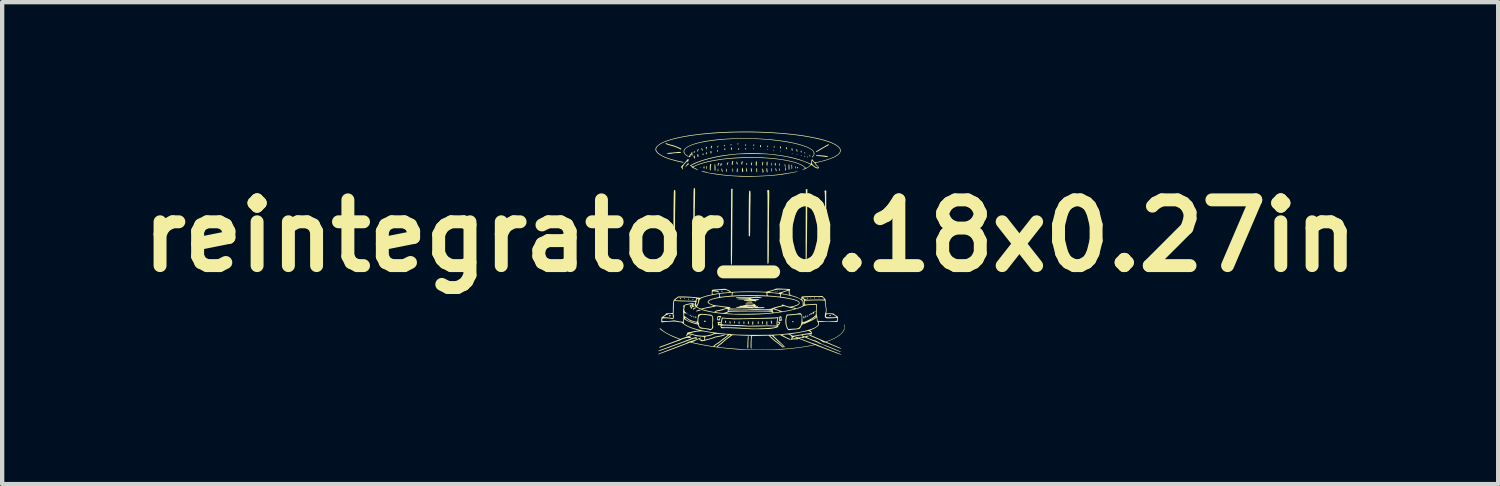
<source format=kicad_pcb>
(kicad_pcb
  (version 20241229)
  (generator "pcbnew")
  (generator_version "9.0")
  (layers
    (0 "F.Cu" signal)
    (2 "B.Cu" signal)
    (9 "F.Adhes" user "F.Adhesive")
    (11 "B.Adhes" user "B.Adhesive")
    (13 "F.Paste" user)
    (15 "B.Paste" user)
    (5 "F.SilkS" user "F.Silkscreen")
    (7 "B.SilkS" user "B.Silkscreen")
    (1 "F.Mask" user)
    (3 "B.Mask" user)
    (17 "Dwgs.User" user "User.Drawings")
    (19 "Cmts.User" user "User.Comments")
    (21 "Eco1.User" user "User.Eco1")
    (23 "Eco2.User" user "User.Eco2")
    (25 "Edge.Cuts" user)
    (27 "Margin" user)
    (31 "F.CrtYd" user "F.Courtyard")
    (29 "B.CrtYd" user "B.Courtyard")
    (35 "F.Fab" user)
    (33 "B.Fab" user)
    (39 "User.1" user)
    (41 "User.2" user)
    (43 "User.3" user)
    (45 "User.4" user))
  (footprint "reintegrator_0.18x0.27in"
    (layer "F.Cu")
    (at 14.34 2.418)
    (property "Reference" "reintegrator_0.18x0.27in" (at 0 0 0) (layer "F.SilkS") (effects (font (size 1.524 1.524) (thickness 0.3))))
    (attr board_only exclude_from_pos_files exclude_from_bom)
    (fp_poly (pts (xy -0.982 -1.533) (xy -0.985 -1.529) (xy -0.989 -1.533) (xy -0.985 -1.537)) (stroke (width 0) (type solid)) (fill yes) (layer "F.SilkS"))
    (fp_poly (pts (xy 0.091 -2.051) (xy 0.088 -2.047) (xy 0.084 -2.051) (xy 0.088 -2.055)) (stroke (width 0) (type solid)) (fill yes) (layer "F.SilkS"))
    (fp_poly (pts (xy 1.157 -1.571) (xy 1.153 -1.568) (xy 1.149 -1.571) (xy 1.153 -1.575)) (stroke (width 0) (type solid)) (fill yes) (layer "F.SilkS"))
    (fp_poly (pts (xy 0.256 -2.006) (xy 0.255 -2.002) (xy 0.251 -2.001) (xy 0.245 -2.004) (xy 0.246 -2.006) (xy 0.255 -2.007)) (stroke (width 0) (type solid)) (fill yes) (layer "F.SilkS"))
    (fp_poly (pts (xy 1.329 -1.9) (xy 1.328 -1.895) (xy 1.324 -1.895) (xy 1.318 -1.898) (xy 1.319 -1.9) (xy 1.328 -1.901)) (stroke (width 0) (type solid)) (fill yes) (layer "F.SilkS"))
    (fp_poly (pts (xy -1.516 1.45) (xy -1.508 1.46) (xy -1.512 1.467) (xy -1.517 1.469) (xy -1.528 1.462) (xy -1.529 1.457) (xy -1.525 1.448)) (stroke (width 0) (type solid)) (fill yes) (layer "F.SilkS"))
    (fp_poly (pts (xy -1.421 1.46) (xy -1.416 1.47) (xy -1.421 1.477) (xy -1.43 1.482) (xy -1.435 1.473) (xy -1.437 1.459) (xy -1.43 1.454)) (stroke (width 0) (type solid)) (fill yes) (layer "F.SilkS"))
    (fp_poly (pts (xy -1.323 1.461) (xy -1.318 1.471) (xy -1.321 1.482) (xy -1.328 1.484) (xy -1.337 1.478) (xy -1.338 1.472) (xy -1.331 1.46)) (stroke (width 0) (type solid)) (fill yes) (layer "F.SilkS"))
    (fp_poly (pts (xy -1.142 -1.592) (xy -1.139 -1.587) (xy -1.136 -1.577) (xy -1.141 -1.578) (xy -1.148 -1.582) (xy -1.153 -1.59) (xy -1.151 -1.593)) (stroke (width 0) (type solid)) (fill yes) (layer "F.SilkS"))
    (fp_poly (pts (xy 0.412 -2.003) (xy 0.418 -1.993) (xy 0.413 -1.99) (xy 0.403 -1.994) (xy 0.397 -2.002) (xy 0.398 -2.006) (xy 0.407 -2.006)) (stroke (width 0) (type solid)) (fill yes) (layer "F.SilkS"))
    (fp_poly (pts (xy 0.684 1.265) (xy 0.685 1.269) (xy 0.68 1.276) (xy 0.677 1.277) (xy 0.67 1.275) (xy 0.671 1.271) (xy 0.677 1.263)) (stroke (width 0) (type solid)) (fill yes) (layer "F.SilkS"))
    (fp_poly (pts (xy 0.975 -1.92) (xy 0.981 -1.914) (xy 0.988 -1.904) (xy 0.984 -1.904) (xy 0.974 -1.91) (xy 0.967 -1.918) (xy 0.967 -1.921)) (stroke (width 0) (type solid)) (fill yes) (layer "F.SilkS"))
    (fp_poly (pts (xy 1.336 -1.832) (xy 1.337 -1.823) (xy 1.328 -1.819) (xy 1.318 -1.825) (xy 1.316 -1.831) (xy 1.321 -1.84) (xy 1.325 -1.84)) (stroke (width 0) (type solid)) (fill yes) (layer "F.SilkS"))
    (fp_poly (pts (xy 1.499 1.431) (xy 1.506 1.439) (xy 1.502 1.446) (xy 1.492 1.449) (xy 1.485 1.443) (xy 1.48 1.432) (xy 1.487 1.427)) (stroke (width 0) (type solid)) (fill yes) (layer "F.SilkS"))
    (fp_poly (pts (xy -1.607 1.441) (xy -1.602 1.451) (xy -1.605 1.463) (xy -1.614 1.469) (xy -1.623 1.463) (xy -1.625 1.46) (xy -1.625 1.449) (xy -1.617 1.441)) (stroke (width 0) (type solid)) (fill yes) (layer "F.SilkS"))
    (fp_poly (pts (xy -1.44 1.807) (xy -1.438 1.811) (xy -1.444 1.818) (xy -1.445 1.819) (xy -1.456 1.813) (xy -1.457 1.811) (xy -1.455 1.805) (xy -1.45 1.803)) (stroke (width 0) (type solid)) (fill yes) (layer "F.SilkS"))
    (fp_poly (pts (xy -1.416 1.832) (xy -1.415 1.834) (xy -1.418 1.841) (xy -1.419 1.841) (xy -1.425 1.836) (xy -1.427 1.834) (xy -1.426 1.827) (xy -1.423 1.826)) (stroke (width 0) (type solid)) (fill yes) (layer "F.SilkS"))
    (fp_poly (pts (xy -1.38 1.839) (xy -1.379 1.844) (xy -1.382 1.855) (xy -1.388 1.857) (xy -1.398 1.85) (xy -1.4 1.841) (xy -1.396 1.83) (xy -1.388 1.829)) (stroke (width 0) (type solid)) (fill yes) (layer "F.SilkS"))
    (fp_poly (pts (xy -1.341 1.855) (xy -1.341 1.862) (xy -1.348 1.875) (xy -1.359 1.878) (xy -1.364 1.875) (xy -1.366 1.864) (xy -1.359 1.853) (xy -1.349 1.849)) (stroke (width 0) (type solid)) (fill yes) (layer "F.SilkS"))
    (fp_poly (pts (xy -1.298 1.867) (xy -1.295 1.878) (xy -1.297 1.892) (xy -1.305 1.895) (xy -1.314 1.889) (xy -1.315 1.878) (xy -1.31 1.864) (xy -1.305 1.86)) (stroke (width 0) (type solid)) (fill yes) (layer "F.SilkS"))
    (fp_poly (pts (xy -0.656 1.277) (xy -0.654 1.282) (xy -0.659 1.293) (xy -0.67 1.291) (xy -0.672 1.289) (xy -0.677 1.277) (xy -0.669 1.271) (xy -0.666 1.271)) (stroke (width 0) (type solid)) (fill yes) (layer "F.SilkS"))
    (fp_poly (pts (xy -0.631 1.295) (xy -0.63 1.297) (xy -0.636 1.306) (xy -0.639 1.307) (xy -0.646 1.304) (xy -0.647 1.297) (xy -0.643 1.288) (xy -0.639 1.287)) (stroke (width 0) (type solid)) (fill yes) (layer "F.SilkS"))
    (fp_poly (pts (xy -0.588 -2.101) (xy -0.586 -2.093) (xy -0.591 -2.08) (xy -0.597 -2.077) (xy -0.607 -2.084) (xy -0.609 -2.093) (xy -0.604 -2.105) (xy -0.597 -2.108)) (stroke (width 0) (type solid)) (fill yes) (layer "F.SilkS"))
    (fp_poly (pts (xy -0.429 -2.117) (xy -0.426 -2.112) (xy -0.432 -2.105) (xy -0.446 -2.101) (xy -0.46 -2.102) (xy -0.462 -2.109) (xy -0.454 -2.116) (xy -0.441 -2.119)) (stroke (width 0) (type solid)) (fill yes) (layer "F.SilkS"))
    (fp_poly (pts (xy -0.095 -2.027) (xy -0.093 -2.018) (xy -0.095 -2.004) (xy -0.102 -2.001) (xy -0.112 -2.008) (xy -0.114 -2.021) (xy -0.111 -2.035) (xy -0.103 -2.037)) (stroke (width 0) (type solid)) (fill yes) (layer "F.SilkS"))
    (fp_poly (pts (xy 0.081 -2.033) (xy 0.081 -2.024) (xy 0.077 -2.008) (xy 0.072 -2.004) (xy 0.069 -2.014) (xy 0.068 -2.019) (xy 0.071 -2.034) (xy 0.076 -2.039)) (stroke (width 0) (type solid)) (fill yes) (layer "F.SilkS"))
    (fp_poly (pts (xy 0.417 -2.087) (xy 0.417 -2.076) (xy 0.411 -2.061) (xy 0.403 -2.056) (xy 0.397 -2.064) (xy 0.396 -2.073) (xy 0.4 -2.089) (xy 0.408 -2.093)) (stroke (width 0) (type solid)) (fill yes) (layer "F.SilkS"))
    (fp_poly (pts (xy 0.555 -1.987) (xy 0.555 -1.982) (xy 0.551 -1.972) (xy 0.548 -1.971) (xy 0.541 -1.977) (xy 0.54 -1.982) (xy 0.544 -1.992) (xy 0.548 -1.994)) (stroke (width 0) (type solid)) (fill yes) (layer "F.SilkS"))
    (fp_poly (pts (xy 0.607 1.292) (xy 0.609 1.297) (xy 0.604 1.308) (xy 0.594 1.306) (xy 0.591 1.304) (xy 0.586 1.293) (xy 0.594 1.286) (xy 0.597 1.286)) (stroke (width 0) (type solid)) (fill yes) (layer "F.SilkS"))
    (fp_poly (pts (xy 0.64 1.28) (xy 0.64 1.282) (xy 0.634 1.291) (xy 0.632 1.292) (xy 0.625 1.288) (xy 0.624 1.282) (xy 0.628 1.273) (xy 0.632 1.272)) (stroke (width 0) (type solid)) (fill yes) (layer "F.SilkS"))
    (fp_poly (pts (xy 0.714 -1.972) (xy 0.715 -1.967) (xy 0.711 -1.957) (xy 0.708 -1.956) (xy 0.701 -1.962) (xy 0.7 -1.967) (xy 0.704 -1.977) (xy 0.708 -1.978)) (stroke (width 0) (type solid)) (fill yes) (layer "F.SilkS"))
    (fp_poly (pts (xy 1.088 -1.899) (xy 1.095 -1.889) (xy 1.096 -1.887) (xy 1.09 -1.88) (xy 1.088 -1.88) (xy 1.081 -1.886) (xy 1.081 -1.891) (xy 1.084 -1.899)) (stroke (width 0) (type solid)) (fill yes) (layer "F.SilkS"))
    (fp_poly (pts (xy 1.189 -1.968) (xy 1.193 -1.953) (xy 1.192 -1.937) (xy 1.184 -1.933) (xy 1.175 -1.939) (xy 1.172 -1.956) (xy 1.175 -1.973) (xy 1.182 -1.977)) (stroke (width 0) (type solid)) (fill yes) (layer "F.SilkS"))
    (fp_poly (pts (xy 1.193 -1.868) (xy 1.195 -1.864) (xy 1.189 -1.858) (xy 1.183 -1.857) (xy 1.173 -1.861) (xy 1.172 -1.864) (xy 1.178 -1.871) (xy 1.183 -1.872)) (stroke (width 0) (type solid)) (fill yes) (layer "F.SilkS"))
    (fp_poly (pts (xy 1.274 -1.928) (xy 1.278 -1.915) (xy 1.274 -1.91) (xy 1.267 -1.91) (xy 1.258 -1.916) (xy 1.256 -1.925) (xy 1.259 -1.938) (xy 1.267 -1.938)) (stroke (width 0) (type solid)) (fill yes) (layer "F.SilkS"))
    (fp_poly (pts (xy 1.277 -1.851) (xy 1.278 -1.845) (xy 1.272 -1.835) (xy 1.267 -1.834) (xy 1.257 -1.84) (xy 1.256 -1.845) (xy 1.262 -1.855) (xy 1.267 -1.857)) (stroke (width 0) (type solid)) (fill yes) (layer "F.SilkS"))
    (fp_poly (pts (xy 1.335 1.442) (xy 1.335 1.446) (xy 1.329 1.457) (xy 1.326 1.459) (xy 1.318 1.456) (xy 1.316 1.446) (xy 1.32 1.434) (xy 1.326 1.432)) (stroke (width 0) (type solid)) (fill yes) (layer "F.SilkS"))
    (fp_poly (pts (xy 1.389 1.819) (xy 1.389 1.831) (xy 1.382 1.84) (xy 1.373 1.847) (xy 1.37 1.843) (xy 1.37 1.832) (xy 1.373 1.815) (xy 1.38 1.811)) (stroke (width 0) (type solid)) (fill yes) (layer "F.SilkS"))
    (fp_poly (pts (xy 1.416 1.44) (xy 1.416 1.442) (xy 1.411 1.451) (xy 1.408 1.452) (xy 1.401 1.448) (xy 1.4 1.442) (xy 1.404 1.433) (xy 1.408 1.432)) (stroke (width 0) (type solid)) (fill yes) (layer "F.SilkS"))
    (fp_poly (pts (xy 1.513 1.741) (xy 1.514 1.75) (xy 1.51 1.763) (xy 1.501 1.764) (xy 1.495 1.758) (xy 1.494 1.745) (xy 1.503 1.736) (xy 1.507 1.735)) (stroke (width 0) (type solid)) (fill yes) (layer "F.SilkS"))
    (fp_poly (pts (xy 1.602 1.431) (xy 1.602 1.443) (xy 1.6 1.447) (xy 1.59 1.45) (xy 1.587 1.446) (xy 1.586 1.433) (xy 1.589 1.429) (xy 1.598 1.427)) (stroke (width 0) (type solid)) (fill yes) (layer "F.SilkS"))
    (fp_poly (pts (xy -1.092 -1.913) (xy -1.083 -1.903) (xy -1.081 -1.89) (xy -1.085 -1.875) (xy -1.092 -1.872) (xy -1.101 -1.879) (xy -1.103 -1.894) (xy -1.101 -1.91) (xy -1.095 -1.913)) (stroke (width 0) (type solid)) (fill yes) (layer "F.SilkS"))
    (fp_poly (pts (xy -0.274 -2.14) (xy -0.271 -2.135) (xy -0.273 -2.125) (xy -0.282 -2.119) (xy -0.292 -2.122) (xy -0.293 -2.123) (xy -0.294 -2.135) (xy -0.286 -2.145) (xy -0.282 -2.146)) (stroke (width 0) (type solid)) (fill yes) (layer "F.SilkS"))
    (fp_poly (pts (xy -0.093 -2.119) (xy -0.093 -2.106) (xy -0.096 -2.097) (xy -0.104 -2.086) (xy -0.111 -2.088) (xy -0.114 -2.104) (xy -0.114 -2.104) (xy -0.11 -2.119) (xy -0.103 -2.123)) (stroke (width 0) (type solid)) (fill yes) (layer "F.SilkS"))
    (fp_poly (pts (xy 1.109 -1.592) (xy 1.111 -1.583) (xy 1.108 -1.569) (xy 1.1 -1.564) (xy 1.093 -1.571) (xy 1.093 -1.572) (xy 1.088 -1.59) (xy 1.094 -1.597) (xy 1.1 -1.598)) (stroke (width 0) (type solid)) (fill yes) (layer "F.SilkS"))
    (fp_poly (pts (xy 1.346 1.847) (xy 1.347 1.852) (xy 1.341 1.865) (xy 1.335 1.872) (xy 1.327 1.877) (xy 1.324 1.869) (xy 1.324 1.861) (xy 1.328 1.845) (xy 1.335 1.841)) (stroke (width 0) (type solid)) (fill yes) (layer "F.SilkS"))
    (fp_poly (pts (xy 1.869 1.837) (xy 1.867 1.849) (xy 1.864 1.852) (xy 1.851 1.859) (xy 1.843 1.859) (xy 1.835 1.85) (xy 1.837 1.838) (xy 1.847 1.831) (xy 1.861 1.83)) (stroke (width 0) (type solid)) (fill yes) (layer "F.SilkS"))
    (fp_poly (pts (xy -1.845 1.838) (xy -1.841 1.845) (xy -1.847 1.856) (xy -1.859 1.865) (xy -1.871 1.868) (xy -1.875 1.867) (xy -1.879 1.856) (xy -1.88 1.848) (xy -1.874 1.837) (xy -1.86 1.834)) (stroke (width 0) (type solid)) (fill yes) (layer "F.SilkS"))
    (fp_poly (pts (xy -1.037 1.968) (xy -1.029 1.98) (xy -1.031 1.991) (xy -1.045 1.994) (xy -1.045 1.994) (xy -1.062 1.991) (xy -1.07 1.985) (xy -1.07 1.973) (xy -1.067 1.969) (xy -1.053 1.964)) (stroke (width 0) (type solid)) (fill yes) (layer "F.SilkS"))
    (fp_poly (pts (xy -0.747 -1.988) (xy -0.747 -1.974) (xy -0.751 -1.96) (xy -0.758 -1.95) (xy -0.759 -1.95) (xy -0.767 -1.953) (xy -0.769 -1.958) (xy -0.765 -1.977) (xy -0.758 -1.991) (xy -0.752 -1.994)) (stroke (width 0) (type solid)) (fill yes) (layer "F.SilkS"))
    (fp_poly (pts (xy -0.741 -2.091) (xy -0.739 -2.08) (xy -0.742 -2.065) (xy -0.748 -2.051) (xy -0.753 -2.047) (xy -0.76 -2.053) (xy -0.761 -2.06) (xy -0.758 -2.076) (xy -0.751 -2.088) (xy -0.743 -2.092)) (stroke (width 0) (type solid)) (fill yes) (layer "F.SilkS"))
    (fp_poly (pts (xy -0.581 -2.025) (xy -0.577 -2.009) (xy -0.577 -2.009) (xy -0.578 -1.992) (xy -0.584 -1.986) (xy -0.593 -1.992) (xy -0.597 -2.001) (xy -0.599 -2.019) (xy -0.592 -2.03) (xy -0.586 -2.032)) (stroke (width 0) (type solid)) (fill yes) (layer "F.SilkS"))
    (fp_poly (pts (xy -0.072 -1.682) (xy -0.07 -1.669) (xy -0.074 -1.654) (xy -0.082 -1.644) (xy -0.084 -1.644) (xy -0.089 -1.65) (xy -0.091 -1.666) (xy -0.091 -1.666) (xy -0.088 -1.684) (xy -0.081 -1.689)) (stroke (width 0) (type solid)) (fill yes) (layer "F.SilkS"))
    (fp_poly (pts (xy 0.093 -2.117) (xy 0.093 -2.1) (xy 0.09 -2.083) (xy 0.087 -2.078) (xy 0.082 -2.082) (xy 0.081 -2.082) (xy 0.076 -2.094) (xy 0.077 -2.109) (xy 0.082 -2.121) (xy 0.086 -2.123)) (stroke (width 0) (type solid)) (fill yes) (layer "F.SilkS"))
    (fp_poly (pts (xy 0.555 -2.089) (xy 0.561 -2.078) (xy 0.563 -2.062) (xy 0.561 -2.046) (xy 0.555 -2.039) (xy 0.55 -2.046) (xy 0.548 -2.063) (xy 0.548 -2.066) (xy 0.55 -2.084) (xy 0.554 -2.089)) (stroke (width 0) (type solid)) (fill yes) (layer "F.SilkS"))
    (fp_poly (pts (xy 0.841 -2.057) (xy 0.849 -2.047) (xy 0.852 -2.031) (xy 0.849 -2.013) (xy 0.841 -2.009) (xy 0.832 -2.015) (xy 0.829 -2.033) (xy 0.829 -2.035) (xy 0.831 -2.053) (xy 0.836 -2.058)) (stroke (width 0) (type solid)) (fill yes) (layer "F.SilkS"))
    (fp_poly (pts (xy 0.978 -2.027) (xy 0.981 -2.01) (xy 0.982 -2.001) (xy 0.98 -1.98) (xy 0.975 -1.971) (xy 0.968 -1.976) (xy 0.964 -1.988) (xy 0.959 -2.014) (xy 0.963 -2.029) (xy 0.97 -2.032)) (stroke (width 0) (type solid)) (fill yes) (layer "F.SilkS"))
    (fp_poly (pts (xy 1.001 1.981) (xy 1.009 1.989) (xy 1.005 1.997) (xy 0.992 2.001) (xy 0.989 2.001) (xy 0.975 1.998) (xy 0.97 1.994) (xy 0.971 1.985) (xy 0.982 1.98) (xy 0.997 1.98)) (stroke (width 0) (type solid)) (fill yes) (layer "F.SilkS"))
    (fp_poly (pts (xy 1.489 1.761) (xy 1.487 1.775) (xy 1.477 1.796) (xy 1.464 1.808) (xy 1.452 1.809) (xy 1.443 1.798) (xy 1.444 1.784) (xy 1.455 1.77) (xy 1.471 1.76) (xy 1.48 1.758)) (stroke (width 0) (type solid)) (fill yes) (layer "F.SilkS"))
    (fp_poly (pts (xy -1.254 1.87) (xy -1.251 1.875) (xy -1.248 1.892) (xy -1.251 1.906) (xy -1.259 1.912) (xy -1.261 1.912) (xy -1.268 1.904) (xy -1.27 1.889) (xy -1.27 1.873) (xy -1.265 1.865) (xy -1.263 1.864)) (stroke (width 0) (type solid)) (fill yes) (layer "F.SilkS"))
    (fp_poly (pts (xy -1.013 -1.941) (xy -1.008 -1.935) (xy -1.003 -1.919) (xy -1.007 -1.905) (xy -1.016 -1.89) (xy -1.024 -1.888) (xy -1.027 -1.899) (xy -1.027 -1.9) (xy -1.025 -1.919) (xy -1.022 -1.931) (xy -1.018 -1.943)) (stroke (width 0) (type solid)) (fill yes) (layer "F.SilkS"))
    (fp_poly (pts (xy -0.884 -2.089) (xy -0.882 -2.081) (xy -0.885 -2.064) (xy -0.892 -2.045) (xy -0.9 -2.03) (xy -0.907 -2.024) (xy -0.911 -2.031) (xy -0.913 -2.045) (xy -0.909 -2.065) (xy -0.901 -2.081) (xy -0.891 -2.09)) (stroke (width 0) (type solid)) (fill yes) (layer "F.SilkS"))
    (fp_poly (pts (xy -0.563 1.971) (xy -0.558 1.987) (xy -0.558 2.005) (xy -0.564 2.019) (xy -0.568 2.022) (xy -0.575 2.017) (xy -0.581 2.002) (xy -0.581 2) (xy -0.582 1.98) (xy -0.578 1.967) (xy -0.57 1.964)) (stroke (width 0) (type solid)) (fill yes) (layer "F.SilkS"))
    (fp_poly (pts (xy -0.54 -1.553) (xy -0.537 -1.531) (xy -0.536 -1.521) (xy -0.538 -1.494) (xy -0.543 -1.48) (xy -0.548 -1.481) (xy -0.552 -1.496) (xy -0.554 -1.518) (xy -0.553 -1.545) (xy -0.549 -1.558) (xy -0.546 -1.56)) (stroke (width 0) (type solid)) (fill yes) (layer "F.SilkS"))
    (fp_poly (pts (xy -0.459 1.985) (xy -0.457 1.993) (xy -0.454 2.012) (xy -0.452 2.02) (xy -0.453 2.03) (xy -0.459 2.032) (xy -0.471 2.026) (xy -0.475 2.02) (xy -0.479 1.999) (xy -0.476 1.984) (xy -0.468 1.978)) (stroke (width 0) (type solid)) (fill yes) (layer "F.SilkS"))
    (fp_poly (pts (xy -0.437 -2.052) (xy -0.435 -2.05) (xy -0.427 -2.036) (xy -0.423 -2.017) (xy -0.424 -2) (xy -0.429 -1.991) (xy -0.437 -1.994) (xy -0.443 -2.011) (xy -0.445 -2.018) (xy -0.447 -2.042) (xy -0.444 -2.054)) (stroke (width 0) (type solid)) (fill yes) (layer "F.SilkS"))
    (fp_poly (pts (xy -0.267 -2.033) (xy -0.266 -2.029) (xy -0.264 -2.012) (xy -0.262 -2.006) (xy -0.262 -1.996) (xy -0.269 -1.994) (xy -0.279 -1.999) (xy -0.282 -2.016) (xy -0.279 -2.033) (xy -0.274 -2.039) (xy -0.274 -2.039)) (stroke (width 0) (type solid)) (fill yes) (layer "F.SilkS"))
    (fp_poly (pts (xy -0.249 1.984) (xy -0.247 2.003) (xy -0.247 2.013) (xy -0.25 2.037) (xy -0.255 2.048) (xy -0.262 2.044) (xy -0.266 2.026) (xy -0.266 2.013) (xy -0.264 1.989) (xy -0.259 1.979) (xy -0.256 1.978)) (stroke (width 0) (type solid)) (fill yes) (layer "F.SilkS"))
    (fp_poly (pts (xy 0.293 1.982) (xy 0.296 1.994) (xy 0.295 2.014) (xy 0.291 2.04) (xy 0.286 2.052) (xy 0.279 2.051) (xy 0.275 2.036) (xy 0.274 2.017) (xy 0.275 1.993) (xy 0.279 1.981) (xy 0.286 1.978)) (stroke (width 0) (type solid)) (fill yes) (layer "F.SilkS"))
    (fp_poly (pts (xy 0.582 -1.692) (xy 0.591 -1.681) (xy 0.594 -1.658) (xy 0.592 -1.637) (xy 0.585 -1.629) (xy 0.582 -1.628) (xy 0.575 -1.633) (xy 0.571 -1.648) (xy 0.571 -1.662) (xy 0.572 -1.683) (xy 0.576 -1.692)) (stroke (width 0) (type solid)) (fill yes) (layer "F.SilkS"))
    (fp_poly (pts (xy 1.054 -1.618) (xy 1.059 -1.61) (xy 1.063 -1.595) (xy 1.064 -1.577) (xy 1.062 -1.564) (xy 1.059 -1.56) (xy 1.054 -1.567) (xy 1.05 -1.584) (xy 1.049 -1.59) (xy 1.049 -1.61) (xy 1.052 -1.618)) (stroke (width 0) (type solid)) (fill yes) (layer "F.SilkS"))
    (fp_poly (pts (xy 1.295 1.85) (xy 1.3 1.87) (xy 1.3 1.871) (xy 1.299 1.888) (xy 1.293 1.895) (xy 1.29 1.895) (xy 1.282 1.89) (xy 1.278 1.873) (xy 1.278 1.867) (xy 1.281 1.849) (xy 1.288 1.843)) (stroke (width 0) (type solid)) (fill yes) (layer "F.SilkS"))
    (fp_poly (pts (xy 1.427 1.789) (xy 1.43 1.794) (xy 1.426 1.808) (xy 1.423 1.814) (xy 1.414 1.83) (xy 1.406 1.832) (xy 1.401 1.82) (xy 1.4 1.811) (xy 1.403 1.794) (xy 1.411 1.788) (xy 1.415 1.788)) (stroke (width 0) (type solid)) (fill yes) (layer "F.SilkS"))
    (fp_poly (pts (xy -1.29 -1.857) (xy -1.284 -1.837) (xy -1.284 -1.832) (xy -1.282 -1.808) (xy -1.286 -1.794) (xy -1.292 -1.792) (xy -1.3 -1.802) (xy -1.307 -1.821) (xy -1.309 -1.841) (xy -1.306 -1.857) (xy -1.299 -1.864) (xy -1.298 -1.864)) (stroke (width 0) (type solid)) (fill yes) (layer "F.SilkS"))
    (fp_poly (pts (xy -1.288 -1.967) (xy -1.287 -1.953) (xy -1.287 -1.947) (xy -1.292 -1.929) (xy -1.299 -1.919) (xy -1.3 -1.919) (xy -1.307 -1.921) (xy -1.308 -1.936) (xy -1.307 -1.941) (xy -1.303 -1.959) (xy -1.296 -1.969) (xy -1.295 -1.969)) (stroke (width 0) (type solid)) (fill yes) (layer "F.SilkS"))
    (fp_poly (pts (xy -1.12 -2.032) (xy -1.11 -2.017) (xy -1.108 -2.013) (xy -1.099 -1.992) (xy -1.097 -1.982) (xy -1.1 -1.979) (xy -1.106 -1.978) (xy -1.116 -1.985) (xy -1.125 -2.001) (xy -1.126 -2.003) (xy -1.13 -2.024) (xy -1.127 -2.034)) (stroke (width 0) (type solid)) (fill yes) (layer "F.SilkS"))
    (fp_poly (pts (xy -1.061 -1.607) (xy -1.058 -1.589) (xy -1.058 -1.587) (xy -1.06 -1.567) (xy -1.068 -1.56) (xy -1.069 -1.56) (xy -1.078 -1.566) (xy -1.081 -1.584) (xy -1.081 -1.587) (xy -1.078 -1.606) (xy -1.07 -1.613) (xy -1.069 -1.613)) (stroke (width 0) (type solid)) (fill yes) (layer "F.SilkS"))
    (fp_poly (pts (xy -1.007 -1.621) (xy -1.005 -1.603) (xy -1.004 -1.587) (xy -1.006 -1.564) (xy -1.009 -1.549) (xy -1.012 -1.545) (xy -1.016 -1.552) (xy -1.019 -1.569) (xy -1.02 -1.582) (xy -1.018 -1.605) (xy -1.015 -1.621) (xy -1.012 -1.625)) (stroke (width 0) (type solid)) (fill yes) (layer "F.SilkS"))
    (fp_poly (pts (xy -0.901 -1.966) (xy -0.898 -1.949) (xy -0.898 -1.94) (xy -0.9 -1.919) (xy -0.906 -1.91) (xy -0.909 -1.91) (xy -0.917 -1.915) (xy -0.921 -1.932) (xy -0.921 -1.94) (xy -0.919 -1.962) (xy -0.913 -1.97) (xy -0.909 -1.971)) (stroke (width 0) (type solid)) (fill yes) (layer "F.SilkS"))
    (fp_poly (pts (xy -0.741 -1.553) (xy -0.738 -1.536) (xy -0.738 -1.526) (xy -0.74 -1.505) (xy -0.743 -1.493) (xy -0.746 -1.491) (xy -0.75 -1.498) (xy -0.753 -1.515) (xy -0.753 -1.526) (xy -0.752 -1.546) (xy -0.748 -1.558) (xy -0.746 -1.56)) (stroke (width 0) (type solid)) (fill yes) (layer "F.SilkS"))
    (fp_poly (pts (xy -0.399 -1.561) (xy -0.396 -1.542) (xy -0.396 -1.522) (xy -0.397 -1.498) (xy -0.4 -1.481) (xy -0.403 -1.476) (xy -0.407 -1.483) (xy -0.41 -1.501) (xy -0.411 -1.522) (xy -0.41 -1.546) (xy -0.407 -1.563) (xy -0.403 -1.568)) (stroke (width 0) (type solid)) (fill yes) (layer "F.SilkS"))
    (fp_poly (pts (xy -0.363 1.973) (xy -0.357 1.982) (xy -0.354 1.999) (xy -0.354 2.001) (xy -0.356 2.019) (xy -0.363 2.029) (xy -0.363 2.03) (xy -0.37 2.026) (xy -0.373 2.009) (xy -0.373 2.001) (xy -0.371 1.98) (xy -0.366 1.972)) (stroke (width 0) (type solid)) (fill yes) (layer "F.SilkS"))
    (fp_poly (pts (xy -0.306 -1.713) (xy -0.298 -1.698) (xy -0.292 -1.679) (xy -0.289 -1.663) (xy -0.289 -1.662) (xy -0.292 -1.652) (xy -0.299 -1.654) (xy -0.308 -1.668) (xy -0.314 -1.681) (xy -0.321 -1.704) (xy -0.32 -1.716) (xy -0.311 -1.72)) (stroke (width 0) (type solid)) (fill yes) (layer "F.SilkS"))
    (fp_poly (pts (xy -0.138 1.988) (xy -0.134 2.001) (xy -0.134 2.019) (xy -0.137 2.036) (xy -0.142 2.046) (xy -0.145 2.047) (xy -0.149 2.04) (xy -0.154 2.024) (xy -0.155 2.019) (xy -0.156 1.996) (xy -0.152 1.984) (xy -0.144 1.983)) (stroke (width 0) (type solid)) (fill yes) (layer "F.SilkS"))
    (fp_poly (pts (xy 0.192 1.981) (xy 0.196 1.997) (xy 0.197 2.017) (xy 0.195 2.034) (xy 0.191 2.042) (xy 0.183 2.044) (xy 0.179 2.037) (xy 0.176 2.021) (xy 0.176 2.002) (xy 0.18 1.984) (xy 0.185 1.975) (xy 0.186 1.975)) (stroke (width 0) (type solid)) (fill yes) (layer "F.SilkS"))
    (fp_poly (pts (xy 0.248 -2.102) (xy 0.251 -2.084) (xy 0.251 -2.081) (xy 0.249 -2.061) (xy 0.241 -2.055) (xy 0.24 -2.055) (xy 0.231 -2.06) (xy 0.228 -2.079) (xy 0.228 -2.081) (xy 0.231 -2.101) (xy 0.239 -2.108) (xy 0.24 -2.108)) (stroke (width 0) (type solid)) (fill yes) (layer "F.SilkS"))
    (fp_poly (pts (xy 0.499 -1.568) (xy 0.501 -1.55) (xy 0.502 -1.529) (xy 0.501 -1.505) (xy 0.498 -1.489) (xy 0.495 -1.484) (xy 0.491 -1.491) (xy 0.488 -1.509) (xy 0.487 -1.529) (xy 0.488 -1.554) (xy 0.491 -1.57) (xy 0.495 -1.575)) (stroke (width 0) (type solid)) (fill yes) (layer "F.SilkS"))
    (fp_poly (pts (xy 0.499 -1.69) (xy 0.502 -1.673) (xy 0.502 -1.663) (xy 0.501 -1.642) (xy 0.497 -1.63) (xy 0.495 -1.628) (xy 0.49 -1.635) (xy 0.487 -1.652) (xy 0.487 -1.663) (xy 0.489 -1.683) (xy 0.492 -1.695) (xy 0.495 -1.697)) (stroke (width 0) (type solid)) (fill yes) (layer "F.SilkS"))
    (fp_poly (pts (xy 0.69 -1.675) (xy 0.692 -1.654) (xy 0.692 -1.651) (xy 0.691 -1.632) (xy 0.687 -1.622) (xy 0.686 -1.621) (xy 0.681 -1.628) (xy 0.677 -1.644) (xy 0.676 -1.651) (xy 0.676 -1.673) (xy 0.681 -1.681) (xy 0.683 -1.682)) (stroke (width 0) (type solid)) (fill yes) (layer "F.SilkS"))
    (fp_poly (pts (xy 0.69 -1.561) (xy 0.692 -1.544) (xy 0.692 -1.537) (xy 0.69 -1.515) (xy 0.684 -1.507) (xy 0.683 -1.507) (xy 0.676 -1.513) (xy 0.675 -1.531) (xy 0.676 -1.537) (xy 0.679 -1.556) (xy 0.684 -1.567) (xy 0.686 -1.568)) (stroke (width 0) (type solid)) (fill yes) (layer "F.SilkS"))
    (fp_poly (pts (xy 0.712 -2.072) (xy 0.715 -2.053) (xy 0.715 -2.051) (xy 0.713 -2.031) (xy 0.705 -2.024) (xy 0.704 -2.024) (xy 0.695 -2.03) (xy 0.692 -2.048) (xy 0.692 -2.051) (xy 0.695 -2.07) (xy 0.703 -2.077) (xy 0.704 -2.077)) (stroke (width 0) (type solid)) (fill yes) (layer "F.SilkS"))
    (fp_poly (pts (xy 1.082 -2.008) (xy 1.089 -1.992) (xy 1.092 -1.981) (xy 1.095 -1.96) (xy 1.093 -1.951) (xy 1.085 -1.953) (xy 1.083 -1.954) (xy 1.077 -1.965) (xy 1.072 -1.983) (xy 1.071 -1.987) (xy 1.07 -2.006) (xy 1.075 -2.013)) (stroke (width 0) (type solid)) (fill yes) (layer "F.SilkS"))
    (fp_poly (pts (xy 1.252 1.868) (xy 1.258 1.889) (xy 1.258 1.889) (xy 1.26 1.904) (xy 1.254 1.91) (xy 1.248 1.91) (xy 1.237 1.906) (xy 1.233 1.893) (xy 1.233 1.888) (xy 1.235 1.87) (xy 1.24 1.861) (xy 1.247 1.86)) (stroke (width 0) (type solid)) (fill yes) (layer "F.SilkS"))
    (fp_poly (pts (xy 1.39 -1.873) (xy 1.393 -1.857) (xy 1.393 -1.857) (xy 1.39 -1.841) (xy 1.385 -1.834) (xy 1.385 -1.834) (xy 1.38 -1.84) (xy 1.377 -1.856) (xy 1.377 -1.857) (xy 1.379 -1.873) (xy 1.385 -1.88) (xy 1.385 -1.88)) (stroke (width 0) (type solid)) (fill yes) (layer "F.SilkS"))
    (fp_poly (pts (xy -1.19 -2.006) (xy -1.188 -1.999) (xy -1.198 -1.991) (xy -1.207 -1.981) (xy -1.21 -1.967) (xy -1.213 -1.953) (xy -1.218 -1.948) (xy -1.223 -1.955) (xy -1.224 -1.972) (xy -1.224 -1.977) (xy -1.22 -1.996) (xy -1.212 -2.005) (xy -1.204 -2.007)) (stroke (width 0) (type solid)) (fill yes) (layer "F.SilkS"))
    (fp_poly (pts (xy -0.716 -1.685) (xy -0.718 -1.673) (xy -0.727 -1.662) (xy -0.736 -1.645) (xy -0.738 -1.632) (xy -0.741 -1.618) (xy -0.746 -1.613) (xy -0.751 -1.62) (xy -0.753 -1.637) (xy -0.753 -1.642) (xy -0.749 -1.669) (xy -0.738 -1.686) (xy -0.725 -1.689)) (stroke (width 0) (type solid)) (fill yes) (layer "F.SilkS"))
    (fp_poly (pts (xy -0.661 -1.563) (xy -0.652 -1.55) (xy -0.644 -1.528) (xy -0.641 -1.516) (xy -0.637 -1.495) (xy -0.638 -1.486) (xy -0.643 -1.484) (xy -0.651 -1.491) (xy -0.658 -1.509) (xy -0.662 -1.523) (xy -0.666 -1.545) (xy -0.668 -1.561) (xy -0.667 -1.565)) (stroke (width 0) (type solid)) (fill yes) (layer "F.SilkS"))
    (fp_poly (pts (xy -0.504 -1.701) (xy -0.506 -1.691) (xy -0.514 -1.678) (xy -0.523 -1.661) (xy -0.525 -1.65) (xy -0.529 -1.638) (xy -0.533 -1.636) (xy -0.538 -1.643) (xy -0.54 -1.656) (xy -0.537 -1.679) (xy -0.527 -1.697) (xy -0.514 -1.704) (xy -0.513 -1.704)) (stroke (width 0) (type solid)) (fill yes) (layer "F.SilkS"))
    (fp_poly (pts (xy -0.172 -1.566) (xy -0.166 -1.537) (xy -0.165 -1.534) (xy -0.162 -1.503) (xy -0.165 -1.486) (xy -0.173 -1.48) (xy -0.181 -1.482) (xy -0.187 -1.492) (xy -0.19 -1.516) (xy -0.19 -1.535) (xy -0.189 -1.564) (xy -0.184 -1.579) (xy -0.178 -1.58)) (stroke (width 0) (type solid)) (fill yes) (layer "F.SilkS"))
    (fp_poly (pts (xy -0.08 -1.576) (xy -0.076 -1.559) (xy -0.073 -1.537) (xy -0.071 -1.515) (xy -0.071 -1.497) (xy -0.073 -1.491) (xy -0.081 -1.483) (xy -0.087 -1.49) (xy -0.091 -1.51) (xy -0.091 -1.533) (xy -0.09 -1.558) (xy -0.088 -1.576) (xy -0.085 -1.583)) (stroke (width 0) (type solid)) (fill yes) (layer "F.SilkS"))
    (fp_poly (pts (xy -0.033 1.982) (xy -0.029 1.985) (xy -0.025 1.996) (xy -0.029 2.003) (xy -0.034 2.018) (xy -0.033 2.03) (xy -0.033 2.043) (xy -0.041 2.047) (xy -0.049 2.043) (xy -0.053 2.028) (xy -0.053 2.017) (xy -0.051 1.993) (xy -0.043 1.981)) (stroke (width 0) (type solid)) (fill yes) (layer "F.SilkS"))
    (fp_poly (pts (xy 0.496 1.969) (xy 0.502 1.98) (xy 0.506 1.998) (xy 0.508 2.019) (xy 0.508 2.037) (xy 0.505 2.046) (xy 0.504 2.047) (xy 0.498 2.04) (xy 0.49 2.024) (xy 0.485 2.011) (xy 0.479 1.986) (xy 0.479 1.969) (xy 0.485 1.964)) (stroke (width 0) (type solid)) (fill yes) (layer "F.SilkS"))
    (fp_poly (pts (xy 0.597 -1.561) (xy 0.604 -1.545) (xy 0.61 -1.525) (xy 0.612 -1.507) (xy 0.609 -1.496) (xy 0.603 -1.498) (xy 0.596 -1.513) (xy 0.593 -1.523) (xy 0.587 -1.544) (xy 0.582 -1.559) (xy 0.581 -1.562) (xy 0.584 -1.567) (xy 0.588 -1.568)) (stroke (width 0) (type solid)) (fill yes) (layer "F.SilkS"))
    (fp_poly (pts (xy -1.258 1.664) (xy -1.256 1.67) (xy -1.262 1.679) (xy -1.275 1.682) (xy -1.293 1.687) (xy -1.299 1.697) (xy -1.307 1.709) (xy -1.317 1.711) (xy -1.323 1.702) (xy -1.324 1.697) (xy -1.318 1.682) (xy -1.307 1.671) (xy -1.288 1.662) (xy -1.27 1.659)) (stroke (width 0) (type solid)) (fill yes) (layer "F.SilkS"))
    (fp_poly (pts (xy -1.204 -1.888) (xy -1.202 -1.881) (xy -1.2 -1.863) (xy -1.197 -1.851) (xy -1.197 -1.837) (xy -1.204 -1.834) (xy -1.217 -1.837) (xy -1.22 -1.839) (xy -1.224 -1.849) (xy -1.225 -1.868) (xy -1.225 -1.869) (xy -1.222 -1.889) (xy -1.214 -1.895) (xy -1.214 -1.895)) (stroke (width 0) (type solid)) (fill yes) (layer "F.SilkS"))
    (fp_poly (pts (xy -0.667 -1.68) (xy -0.654 -1.674) (xy -0.651 -1.666) (xy -0.656 -1.657) (xy -0.66 -1.657) (xy -0.667 -1.652) (xy -0.67 -1.64) (xy -0.673 -1.625) (xy -0.681 -1.621) (xy -0.689 -1.629) (xy -0.691 -1.641) (xy -0.689 -1.659) (xy -0.682 -1.676) (xy -0.672 -1.681)) (stroke (width 0) (type solid)) (fill yes) (layer "F.SilkS"))
    (fp_poly (pts (xy -0.286 -1.564) (xy -0.285 -1.551) (xy -0.287 -1.535) (xy -0.29 -1.512) (xy -0.292 -1.493) (xy -0.292 -1.49) (xy -0.297 -1.478) (xy -0.302 -1.476) (xy -0.31 -1.483) (xy -0.312 -1.493) (xy -0.31 -1.523) (xy -0.305 -1.547) (xy -0.298 -1.563) (xy -0.292 -1.568)) (stroke (width 0) (type solid)) (fill yes) (layer "F.SilkS"))
    (fp_poly (pts (xy 0.3 -1.719) (xy 0.302 -1.709) (xy 0.3 -1.689) (xy 0.296 -1.666) (xy 0.291 -1.646) (xy 0.285 -1.632) (xy 0.282 -1.63) (xy 0.276 -1.631) (xy 0.274 -1.641) (xy 0.275 -1.663) (xy 0.276 -1.666) (xy 0.28 -1.692) (xy 0.287 -1.711) (xy 0.294 -1.72)) (stroke (width 0) (type solid)) (fill yes) (layer "F.SilkS"))
    (fp_poly (pts (xy -1.152 1.715) (xy -1.149 1.723) (xy -1.154 1.732) (xy -1.171 1.735) (xy -1.174 1.735) (xy -1.198 1.738) (xy -1.219 1.745) (xy -1.236 1.751) (xy -1.248 1.75) (xy -1.251 1.743) (xy -1.242 1.734) (xy -1.224 1.725) (xy -1.201 1.717) (xy -1.183 1.714) (xy -1.162 1.713)) (stroke (width 0) (type solid)) (fill yes) (layer "F.SilkS"))
    (fp_poly (pts (xy -0.17 -1.722) (xy -0.167 -1.716) (xy -0.172 -1.706) (xy -0.175 -1.704) (xy -0.18 -1.698) (xy -0.183 -1.681) (xy -0.183 -1.678) (xy -0.185 -1.658) (xy -0.193 -1.651) (xy -0.194 -1.651) (xy -0.203 -1.658) (xy -0.205 -1.672) (xy -0.202 -1.704) (xy -0.193 -1.722) (xy -0.182 -1.727)) (stroke (width 0) (type solid)) (fill yes) (layer "F.SilkS"))
    (fp_poly (pts (xy 0.045 -1.706) (xy 0.044 -1.69) (xy 0.043 -1.685) (xy 0.04 -1.664) (xy 0.038 -1.648) (xy 0.038 -1.646) (xy 0.032 -1.637) (xy 0.026 -1.636) (xy 0.018 -1.639) (xy 0.017 -1.649) (xy 0.019 -1.665) (xy 0.025 -1.686) (xy 0.034 -1.703) (xy 0.036 -1.704) (xy 0.043 -1.71)) (stroke (width 0) (type solid)) (fill yes) (layer "F.SilkS"))
    (fp_poly (pts (xy 0.069 1.981) (xy 0.072 1.991) (xy 0.073 2.012) (xy 0.073 2.017) (xy 0.071 2.041) (xy 0.067 2.057) (xy 0.063 2.06) (xy 0.053 2.059) (xy 0.052 2.057) (xy 0.05 2.046) (xy 0.049 2.026) (xy 0.049 2.017) (xy 0.051 1.993) (xy 0.057 1.982) (xy 0.062 1.98)) (stroke (width 0) (type solid)) (fill yes) (layer "F.SilkS"))
    (fp_poly (pts (xy 0.155 -1.564) (xy 0.159 -1.551) (xy 0.16 -1.534) (xy 0.161 -1.51) (xy 0.163 -1.492) (xy 0.164 -1.488) (xy 0.164 -1.478) (xy 0.157 -1.476) (xy 0.147 -1.482) (xy 0.145 -1.498) (xy 0.143 -1.522) (xy 0.14 -1.544) (xy 0.138 -1.561) (xy 0.143 -1.567) (xy 0.147 -1.568)) (stroke (width 0) (type solid)) (fill yes) (layer "F.SilkS"))
    (fp_poly (pts (xy 0.397 1.983) (xy 0.4 1.999) (xy 0.396 2.015) (xy 0.394 2.037) (xy 0.398 2.046) (xy 0.402 2.057) (xy 0.398 2.062) (xy 0.388 2.065) (xy 0.382 2.06) (xy 0.377 2.047) (xy 0.375 2.027) (xy 0.375 2.005) (xy 0.379 1.988) (xy 0.384 1.979) (xy 0.385 1.978)) (stroke (width 0) (type solid)) (fill yes) (layer "F.SilkS"))
    (fp_poly (pts (xy 0.962 -1.647) (xy 0.969 -1.64) (xy 0.973 -1.626) (xy 0.974 -1.6) (xy 0.974 -1.593) (xy 0.973 -1.568) (xy 0.97 -1.55) (xy 0.966 -1.545) (xy 0.962 -1.552) (xy 0.959 -1.569) (xy 0.959 -1.586) (xy 0.958 -1.611) (xy 0.956 -1.632) (xy 0.954 -1.639) (xy 0.954 -1.648)) (stroke (width 0) (type solid)) (fill yes) (layer "F.SilkS"))
    (fp_poly (pts (xy -1 -2.059) (xy -0.997 -2.055) (xy -1.003 -2.047) (xy -1.004 -2.047) (xy -1.01 -2.04) (xy -1.012 -2.024) (xy -1.012 -2.024) (xy -1.014 -2.008) (xy -1.02 -2.001) (xy -1.02 -2.001) (xy -1.024 -2.008) (xy -1.027 -2.025) (xy -1.027 -2.032) (xy -1.026 -2.052) (xy -1.021 -2.06) (xy -1.012 -2.062)) (stroke (width 0) (type solid)) (fill yes) (layer "F.SilkS"))
    (fp_poly (pts (xy -0.815 -1.671) (xy -0.811 -1.655) (xy -0.807 -1.625) (xy -0.805 -1.604) (xy -0.803 -1.562) (xy -0.803 -1.534) (xy -0.806 -1.516) (xy -0.811 -1.508) (xy -0.817 -1.507) (xy -0.821 -1.512) (xy -0.824 -1.53) (xy -0.825 -1.56) (xy -0.826 -1.59) (xy -0.825 -1.631) (xy -0.822 -1.658) (xy -0.819 -1.672)) (stroke (width 0) (type solid)) (fill yes) (layer "F.SilkS"))
    (fp_poly (pts (xy 0.155 -1.726) (xy 0.156 -1.718) (xy 0.155 -1.698) (xy 0.154 -1.672) (xy 0.154 -1.672) (xy 0.151 -1.642) (xy 0.147 -1.626) (xy 0.142 -1.621) (xy 0.134 -1.626) (xy 0.132 -1.636) (xy 0.13 -1.656) (xy 0.129 -1.676) (xy 0.131 -1.703) (xy 0.135 -1.719) (xy 0.141 -1.725) (xy 0.152 -1.727)) (stroke (width 0) (type solid)) (fill yes) (layer "F.SilkS"))
    (fp_poly (pts (xy 0.392 -1.568) (xy 0.396 -1.551) (xy 0.397 -1.535) (xy 0.4 -1.51) (xy 0.403 -1.491) (xy 0.404 -1.485) (xy 0.405 -1.473) (xy 0.399 -1.472) (xy 0.39 -1.479) (xy 0.382 -1.493) (xy 0.382 -1.495) (xy 0.377 -1.515) (xy 0.377 -1.538) (xy 0.379 -1.559) (xy 0.384 -1.572) (xy 0.388 -1.575)) (stroke (width 0) (type solid)) (fill yes) (layer "F.SilkS"))
    (fp_poly (pts (xy 0.399 -1.716) (xy 0.402 -1.704) (xy 0.403 -1.68) (xy 0.403 -1.674) (xy 0.402 -1.648) (xy 0.399 -1.633) (xy 0.393 -1.628) (xy 0.392 -1.628) (xy 0.385 -1.632) (xy 0.382 -1.644) (xy 0.38 -1.669) (xy 0.38 -1.674) (xy 0.381 -1.701) (xy 0.384 -1.715) (xy 0.391 -1.72) (xy 0.392 -1.72)) (stroke (width 0) (type solid)) (fill yes) (layer "F.SilkS"))
    (fp_poly (pts (xy 0.905 -1.653) (xy 0.909 -1.63) (xy 0.91 -1.594) (xy 0.91 -1.56) (xy 0.908 -1.54) (xy 0.905 -1.531) (xy 0.898 -1.532) (xy 0.895 -1.535) (xy 0.893 -1.544) (xy 0.891 -1.565) (xy 0.89 -1.593) (xy 0.89 -1.603) (xy 0.891 -1.635) (xy 0.893 -1.654) (xy 0.897 -1.662) (xy 0.9 -1.662)) (stroke (width 0) (type solid)) (fill yes) (layer "F.SilkS"))
    (fp_poly (pts (xy -0.399 -1.732) (xy -0.399 -1.732) (xy -0.39 -1.726) (xy -0.394 -1.718) (xy -0.4 -1.705) (xy -0.403 -1.684) (xy -0.403 -1.676) (xy -0.405 -1.655) (xy -0.41 -1.645) (xy -0.416 -1.644) (xy -0.423 -1.646) (xy -0.426 -1.656) (xy -0.425 -1.675) (xy -0.425 -1.685) (xy -0.421 -1.714) (xy -0.417 -1.729) (xy -0.41 -1.734)) (stroke (width 0) (type solid)) (fill yes) (layer "F.SilkS"))
    (fp_poly (pts (xy 0.029 -1.569) (xy 0.03 -1.561) (xy 0.033 -1.547) (xy 0.037 -1.543) (xy 0.04 -1.535) (xy 0.04 -1.519) (xy 0.038 -1.499) (xy 0.035 -1.483) (xy 0.031 -1.476) (xy 0.031 -1.476) (xy 0.026 -1.483) (xy 0.022 -1.5) (xy 0.02 -1.512) (xy 0.016 -1.544) (xy 0.016 -1.564) (xy 0.019 -1.573) (xy 0.023 -1.575)) (stroke (width 0) (type solid)) (fill yes) (layer "F.SilkS"))
    (fp_poly (pts (xy 0.291 -1.561) (xy 0.298 -1.545) (xy 0.304 -1.526) (xy 0.31 -1.502) (xy 0.311 -1.487) (xy 0.308 -1.477) (xy 0.302 -1.471) (xy 0.292 -1.462) (xy 0.289 -1.461) (xy 0.288 -1.47) (xy 0.287 -1.489) (xy 0.286 -1.503) (xy 0.284 -1.527) (xy 0.282 -1.547) (xy 0.281 -1.552) (xy 0.282 -1.564) (xy 0.285 -1.566)) (stroke (width 0) (type solid)) (fill yes) (layer "F.SilkS"))
    (fp_poly (pts (xy 0.038 1.524) (xy 0.049 1.526) (xy 0.053 1.531) (xy 0.053 1.533) (xy 0.052 1.54) (xy 0.048 1.544) (xy 0.038 1.547) (xy 0.019 1.547) (xy -0.012 1.547) (xy -0.025 1.546) (xy -0.06 1.544) (xy -0.081 1.542) (xy -0.089 1.537) (xy -0.089 1.535) (xy -0.08 1.53) (xy -0.055 1.526) (xy -0.017 1.523) (xy 0.017 1.523)) (stroke (width 0) (type solid)) (fill yes) (layer "F.SilkS"))
    (fp_poly (pts (xy -1.436 -1.683) (xy -1.43 -1.68) (xy -1.418 -1.669) (xy -1.417 -1.661) (xy -1.425 -1.659) (xy -1.437 -1.654) (xy -1.452 -1.641) (xy -1.454 -1.639) (xy -1.474 -1.62) (xy -1.495 -1.603) (xy -1.508 -1.594) (xy -1.512 -1.593) (xy -1.507 -1.6) (xy -1.493 -1.618) (xy -1.491 -1.621) (xy -1.474 -1.643) (xy -1.46 -1.663) (xy -1.454 -1.672) (xy -1.446 -1.684)) (stroke (width 0) (type solid)) (fill yes) (layer "F.SilkS"))
    (fp_poly (pts (xy -0.905 -1.662) (xy -0.899 -1.653) (xy -0.903 -1.646) (xy -0.904 -1.645) (xy -0.909 -1.636) (xy -0.912 -1.611) (xy -0.913 -1.578) (xy -0.914 -1.544) (xy -0.916 -1.523) (xy -0.921 -1.515) (xy -0.929 -1.517) (xy -0.931 -1.519) (xy -0.933 -1.529) (xy -0.935 -1.55) (xy -0.936 -1.577) (xy -0.935 -1.605) (xy -0.934 -1.63) (xy -0.931 -1.648) (xy -0.931 -1.649) (xy -0.924 -1.663) (xy -0.916 -1.666)) (stroke (width 0) (type solid)) (fill yes) (layer "F.SilkS"))
    (fp_poly (pts (xy 0.81 -1.66) (xy 0.814 -1.642) (xy 0.817 -1.621) (xy 0.82 -1.59) (xy 0.824 -1.56) (xy 0.826 -1.545) (xy 0.828 -1.523) (xy 0.824 -1.515) (xy 0.823 -1.514) (xy 0.812 -1.52) (xy 0.809 -1.526) (xy 0.808 -1.54) (xy 0.809 -1.562) (xy 0.81 -1.571) (xy 0.812 -1.595) (xy 0.808 -1.608) (xy 0.807 -1.609) (xy 0.802 -1.619) (xy 0.799 -1.635) (xy 0.8 -1.652) (xy 0.803 -1.664) (xy 0.806 -1.666)) (stroke (width 0) (type solid)) (fill yes) (layer "F.SilkS"))
    (fp_poly (pts (xy -0.037 2.332) (xy -0.036 2.355) (xy -0.038 2.386) (xy -0.04 2.416) (xy -0.042 2.456) (xy -0.043 2.499) (xy -0.043 2.524) (xy -0.043 2.566) (xy -0.044 2.593) (xy -0.048 2.607) (xy -0.051 2.61) (xy -0.061 2.604) (xy -0.063 2.6) (xy -0.064 2.589) (xy -0.065 2.566) (xy -0.064 2.534) (xy -0.063 2.497) (xy -0.061 2.457) (xy -0.059 2.417) (xy -0.057 2.381) (xy -0.055 2.351) (xy -0.052 2.331) (xy -0.05 2.323) (xy -0.042 2.321)) (stroke (width 0) (type solid)) (fill yes) (layer "F.SilkS"))
    (fp_poly (pts (xy 1.586 -1.87) (xy 1.595 -1.87) (xy 1.64 -1.867) (xy 1.685 -1.863) (xy 1.726 -1.859) (xy 1.761 -1.853) (xy 1.788 -1.848) (xy 1.805 -1.842) (xy 1.809 -1.838) (xy 1.799 -1.832) (xy 1.779 -1.829) (xy 1.75 -1.83) (xy 1.72 -1.835) (xy 1.697 -1.838) (xy 1.665 -1.842) (xy 1.627 -1.846) (xy 1.606 -1.847) (xy 1.565 -1.851) (xy 1.539 -1.855) (xy 1.525 -1.86) (xy 1.524 -1.863) (xy 1.525 -1.868) (xy 1.534 -1.87) (xy 1.554 -1.871)) (stroke (width 0) (type solid)) (fill yes) (layer "F.SilkS"))
    (fp_poly (pts (xy -1.613 -1.946) (xy -1.607 -1.943) (xy -1.606 -1.938) (xy -1.606 -1.935) (xy -1.607 -1.929) (xy -1.614 -1.925) (xy -1.628 -1.922) (xy -1.653 -1.921) (xy -1.684 -1.92) (xy -1.721 -1.919) (xy -1.757 -1.916) (xy -1.785 -1.913) (xy -1.796 -1.911) (xy -1.823 -1.906) (xy -1.853 -1.903) (xy -1.883 -1.902) (xy -1.908 -1.904) (xy -1.925 -1.907) (xy -1.931 -1.911) (xy -1.931 -1.912) (xy -1.922 -1.918) (xy -1.898 -1.923) (xy -1.864 -1.926) (xy -1.826 -1.929) (xy -1.782 -1.933) (xy -1.737 -1.937) (xy -1.72 -1.939) (xy -1.676 -1.944) (xy -1.645 -1.946) (xy -1.625 -1.947)) (stroke (width 0) (type solid)) (fill yes) (layer "F.SilkS"))
    (fp_poly (pts (xy 1.826 -2.12) (xy 1.825 -2.111) (xy 1.814 -2.099) (xy 1.795 -2.088) (xy 1.794 -2.088) (xy 1.774 -2.078) (xy 1.745 -2.062) (xy 1.712 -2.044) (xy 1.693 -2.033) (xy 1.641 -2.001) (xy 1.599 -1.977) (xy 1.569 -1.96) (xy 1.547 -1.948) (xy 1.533 -1.942) (xy 1.525 -1.941) (xy 1.523 -1.944) (xy 1.524 -1.95) (xy 1.532 -1.958) (xy 1.549 -1.971) (xy 1.568 -1.983) (xy 1.59 -1.996) (xy 1.621 -2.014) (xy 1.658 -2.036) (xy 1.697 -2.058) (xy 1.708 -2.065) (xy 1.743 -2.085) (xy 1.774 -2.103) (xy 1.798 -2.115) (xy 1.813 -2.122) (xy 1.816 -2.123)) (stroke (width 0) (type solid)) (fill yes) (layer "F.SilkS"))
    (fp_poly (pts (xy -1.94 -2.149) (xy -1.939 -2.148) (xy -1.925 -2.141) (xy -1.901 -2.132) (xy -1.869 -2.122) (xy -1.835 -2.112) (xy -1.803 -2.104) (xy -1.791 -2.101) (xy -1.769 -2.095) (xy -1.739 -2.085) (xy -1.705 -2.071) (xy -1.67 -2.057) (xy -1.638 -2.043) (xy -1.613 -2.031) (xy -1.6 -2.023) (xy -1.594 -2.012) (xy -1.595 -2.008) (xy -1.605 -2.002) (xy -1.617 -2.003) (xy -1.622 -2.007) (xy -1.631 -2.013) (xy -1.65 -2.024) (xy -1.677 -2.036) (xy -1.707 -2.049) (xy -1.738 -2.061) (xy -1.766 -2.071) (xy -1.781 -2.075) (xy -1.825 -2.087) (xy -1.867 -2.099) (xy -1.904 -2.111) (xy -1.934 -2.121) (xy -1.954 -2.129) (xy -1.961 -2.133) (xy -1.961 -2.143) (xy -1.952 -2.15)) (stroke (width 0) (type solid)) (fill yes) (layer "F.SilkS"))
    (fp_poly (pts (xy 0.712 1.866) (xy 0.724 1.874) (xy 0.726 1.876) (xy 0.728 1.893) (xy 0.726 1.907) (xy 0.727 1.93) (xy 0.734 1.94) (xy 0.743 1.951) (xy 0.74 1.957) (xy 0.733 1.962) (xy 0.718 1.966) (xy 0.71 1.966) (xy 0.699 1.968) (xy 0.697 1.97) (xy 0.685 1.978) (xy 0.675 1.973) (xy 0.671 1.962) (xy 0.67 1.941) (xy 0.67 1.935) (xy 0.685 1.935) (xy 0.688 1.946) (xy 0.695 1.948) (xy 0.704 1.941) (xy 0.709 1.92) (xy 0.709 1.918) (xy 0.708 1.899) (xy 0.702 1.892) (xy 0.695 1.898) (xy 0.689 1.912) (xy 0.685 1.935) (xy 0.67 1.935) (xy 0.67 1.916) (xy 0.673 1.893) (xy 0.677 1.877) (xy 0.679 1.873) (xy 0.694 1.865)) (stroke (width 0) (type solid)) (fill yes) (layer "F.SilkS"))
    (fp_poly (pts (xy -0.68 1.86) (xy -0.674 1.864) (xy -0.675 1.874) (xy -0.683 1.891) (xy -0.689 1.899) (xy -0.703 1.922) (xy -0.707 1.935) (xy -0.702 1.94) (xy -0.699 1.94) (xy -0.694 1.946) (xy -0.694 1.95) (xy -0.704 1.957) (xy -0.721 1.959) (xy -0.742 1.958) (xy -0.758 1.954) (xy -0.762 1.95) (xy -0.769 1.933) (xy -0.769 1.923) (xy -0.753 1.923) (xy -0.747 1.937) (xy -0.736 1.938) (xy -0.723 1.926) (xy -0.714 1.91) (xy -0.701 1.88) (xy -0.723 1.88) (xy -0.741 1.883) (xy -0.749 1.895) (xy -0.75 1.899) (xy -0.753 1.923) (xy -0.769 1.923) (xy -0.77 1.91) (xy -0.766 1.886) (xy -0.758 1.869) (xy -0.755 1.866) (xy -0.741 1.86) (xy -0.719 1.857) (xy -0.697 1.857)) (stroke (width 0) (type solid)) (fill yes) (layer "F.SilkS"))
    (fp_poly (pts (xy -0.409 -0.856) (xy -0.409 -0.811) (xy -0.41 -0.752) (xy -0.41 -0.681) (xy -0.411 -0.601) (xy -0.412 -0.512) (xy -0.412 -0.416) (xy -0.413 -0.316) (xy -0.414 -0.212) (xy -0.415 -0.107) (xy -0.415 -0.002) (xy -0.416 0.025) (xy -0.417 0.142) (xy -0.417 0.244) (xy -0.418 0.334) (xy -0.419 0.41) (xy -0.42 0.475) (xy -0.421 0.529) (xy -0.422 0.572) (xy -0.423 0.607) (xy -0.424 0.633) (xy -0.426 0.651) (xy -0.427 0.663) (xy -0.429 0.669) (xy -0.43 0.67) (xy -0.443 0.664) (xy -0.445 0.662) (xy -0.446 0.653) (xy -0.447 0.63) (xy -0.447 0.594) (xy -0.447 0.546) (xy -0.447 0.486) (xy -0.448 0.416) (xy -0.448 0.336) (xy -0.447 0.248) (xy -0.447 0.153) (xy -0.447 0.05) (xy -0.446 -0.057) (xy -0.446 -0.17) (xy -0.446 -0.219) (xy -0.441 -1.092) (xy -0.407 -1.092)) (stroke (width 0) (type solid)) (fill yes) (layer "F.SilkS"))
    (fp_poly (pts (xy -1.432 -1.783) (xy -1.428 -1.769) (xy -1.429 -1.75) (xy -1.434 -1.733) (xy -1.441 -1.72) (xy -1.448 -1.715) (xy -1.453 -1.72) (xy -1.453 -1.724) (xy -1.456 -1.729) (xy -1.465 -1.724) (xy -1.482 -1.707) (xy -1.488 -1.701) (xy -1.524 -1.659) (xy -1.549 -1.625) (xy -1.563 -1.599) (xy -1.566 -1.578) (xy -1.56 -1.563) (xy -1.558 -1.561) (xy -1.553 -1.551) (xy -1.558 -1.543) (xy -1.566 -1.54) (xy -1.572 -1.549) (xy -1.576 -1.558) (xy -1.584 -1.575) (xy -1.594 -1.583) (xy -1.595 -1.583) (xy -1.604 -1.588) (xy -1.605 -1.599) (xy -1.597 -1.609) (xy -1.594 -1.61) (xy -1.584 -1.62) (xy -1.583 -1.625) (xy -1.578 -1.635) (xy -1.574 -1.636) (xy -1.564 -1.641) (xy -1.551 -1.655) (xy -1.55 -1.657) (xy -1.535 -1.674) (xy -1.516 -1.697) (xy -1.503 -1.713) (xy -1.483 -1.736) (xy -1.465 -1.758) (xy -1.456 -1.77) (xy -1.442 -1.783)) (stroke (width 0) (type solid)) (fill yes) (layer "F.SilkS"))
    (fp_poly (pts (xy 0.002 -1.042) (xy 0.004 -1.036) (xy 0.006 -1.024) (xy 0.008 -1.004) (xy 0.009 -0.974) (xy 0.009 -0.935) (xy 0.008 -0.884) (xy 0.008 -0.82) (xy 0.007 -0.769) (xy 0.005 -0.691) (xy 0.004 -0.605) (xy 0.003 -0.515) (xy 0.002 -0.426) (xy 0.001 -0.342) (xy 0.001 -0.268) (xy 0.001 -0.263) (xy 0.000449 -0.202) (xy -0.000183 -0.147) (xy -0.001 -0.097) (xy -0.002 -0.056) (xy -0.003 -0.025) (xy -0.004 -0.006) (xy -0.005 -0.002) (xy -0.013 0.013) (xy -0.022 0.013) (xy -0.03 0.001) (xy -0.032 -0.008) (xy -0.033 -0.019) (xy -0.033 -0.045) (xy -0.033 -0.082) (xy -0.034 -0.132) (xy -0.034 -0.191) (xy -0.034 -0.258) (xy -0.033 -0.333) (xy -0.033 -0.414) (xy -0.033 -0.499) (xy -0.033 -0.535) (xy -0.032 -0.636) (xy -0.031 -0.724) (xy -0.031 -0.798) (xy -0.03 -0.861) (xy -0.029 -0.912) (xy -0.028 -0.953) (xy -0.027 -0.985) (xy -0.026 -1.009) (xy -0.024 -1.026) (xy -0.023 -1.038) (xy -0.021 -1.044) (xy -0.019 -1.046) (xy -0.006 -1.049)) (stroke (width 0) (type solid)) (fill yes) (layer "F.SilkS"))
    (fp_poly (pts (xy 1.322 -1.082) (xy 1.327 -1.074) (xy 1.327 -1.058) (xy 1.327 -1.046) (xy 1.327 -1.021) (xy 1.326 -0.982) (xy 1.326 -0.932) (xy 1.325 -0.871) (xy 1.325 -0.8) (xy 1.324 -0.721) (xy 1.323 -0.634) (xy 1.322 -0.541) (xy 1.322 -0.442) (xy 1.321 -0.34) (xy 1.321 -0.323) (xy 1.319 -0.176) (xy 1.318 -0.044) (xy 1.317 0.075) (xy 1.316 0.18) (xy 1.314 0.273) (xy 1.313 0.355) (xy 1.312 0.426) (xy 1.311 0.486) (xy 1.309 0.537) (xy 1.308 0.579) (xy 1.306 0.614) (xy 1.305 0.641) (xy 1.303 0.661) (xy 1.301 0.675) (xy 1.299 0.685) (xy 1.296 0.69) (xy 1.295 0.691) (xy 1.293 0.689) (xy 1.292 0.684) (xy 1.29 0.673) (xy 1.289 0.656) (xy 1.288 0.633) (xy 1.288 0.602) (xy 1.287 0.563) (xy 1.287 0.516) (xy 1.286 0.458) (xy 1.286 0.391) (xy 1.286 0.312) (xy 1.286 0.221) (xy 1.286 0.118) (xy 1.287 0.002) (xy 1.287 -0.129) (xy 1.287 -0.195) (xy 1.29 -1.084) (xy 1.309 -1.084)) (stroke (width 0) (type solid)) (fill yes) (layer "F.SilkS"))
    (fp_poly (pts (xy -1.741 -1.058) (xy -1.737 -1.051) (xy -1.735 -1.037) (xy -1.734 -1.016) (xy -1.733 -0.984) (xy -1.734 -0.942) (xy -1.735 -0.886) (xy -1.735 -0.86) (xy -1.736 -0.811) (xy -1.737 -0.749) (xy -1.738 -0.678) (xy -1.739 -0.6) (xy -1.74 -0.518) (xy -1.741 -0.436) (xy -1.741 -0.355) (xy -1.741 -0.332) (xy -1.742 -0.261) (xy -1.742 -0.195) (xy -1.743 -0.135) (xy -1.744 -0.083) (xy -1.744 -0.04) (xy -1.745 -0.009) (xy -1.746 0.011) (xy -1.747 0.016) (xy -1.758 0.022) (xy -1.772 0.02) (xy -1.777 0.016) (xy -1.777 0.007) (xy -1.778 -0.016) (xy -1.778 -0.051) (xy -1.778 -0.098) (xy -1.778 -0.155) (xy -1.778 -0.221) (xy -1.778 -0.295) (xy -1.778 -0.375) (xy -1.777 -0.461) (xy -1.777 -0.523) (xy -1.776 -0.627) (xy -1.775 -0.718) (xy -1.774 -0.795) (xy -1.773 -0.86) (xy -1.772 -0.914) (xy -1.771 -0.957) (xy -1.77 -0.992) (xy -1.769 -1.018) (xy -1.767 -1.037) (xy -1.766 -1.05) (xy -1.764 -1.058) (xy -1.762 -1.061) (xy -1.761 -1.061) (xy -1.748 -1.064)) (stroke (width 0) (type solid)) (fill yes) (layer "F.SilkS"))
    (fp_poly (pts (xy 1.759 -1.052) (xy 1.766 -1.038) (xy 1.766 -1.026) (xy 1.765 -1.014) (xy 1.764 -0.988) (xy 1.764 -0.952) (xy 1.764 -0.909) (xy 1.764 -0.86) (xy 1.764 -0.837) (xy 1.764 -0.786) (xy 1.764 -0.726) (xy 1.764 -0.661) (xy 1.764 -0.592) (xy 1.763 -0.519) (xy 1.762 -0.446) (xy 1.761 -0.372) (xy 1.76 -0.3) (xy 1.759 -0.232) (xy 1.758 -0.168) (xy 1.757 -0.111) (xy 1.755 -0.062) (xy 1.754 -0.023) (xy 1.753 0.005) (xy 1.751 0.02) (xy 1.751 0.023) (xy 1.741 0.018) (xy 1.74 0.018) (xy 1.739 0.009) (xy 1.738 -0.013) (xy 1.738 -0.048) (xy 1.737 -0.094) (xy 1.736 -0.15) (xy 1.736 -0.216) (xy 1.735 -0.289) (xy 1.735 -0.368) (xy 1.735 -0.452) (xy 1.735 -0.492) (xy 1.735 -0.601) (xy 1.735 -0.695) (xy 1.734 -0.776) (xy 1.734 -0.843) (xy 1.733 -0.898) (xy 1.732 -0.942) (xy 1.73 -0.975) (xy 1.729 -0.998) (xy 1.727 -1.012) (xy 1.726 -1.016) (xy 1.721 -1.032) (xy 1.726 -1.044) (xy 1.73 -1.048) (xy 1.745 -1.056)) (stroke (width 0) (type solid)) (fill yes) (layer "F.SilkS"))
    (fp_poly (pts (xy 0.439 -1.056) (xy 0.441 -1.045) (xy 0.442 -1.021) (xy 0.443 -0.984) (xy 0.443 -0.934) (xy 0.442 -0.874) (xy 0.441 -0.805) (xy 0.441 -0.803) (xy 0.44 -0.754) (xy 0.439 -0.692) (xy 0.438 -0.619) (xy 0.437 -0.536) (xy 0.436 -0.446) (xy 0.436 -0.349) (xy 0.435 -0.249) (xy 0.435 -0.147) (xy 0.434 -0.045) (xy 0.434 0.03) (xy 0.434 0.143) (xy 0.433 0.246) (xy 0.433 0.339) (xy 0.432 0.419) (xy 0.431 0.488) (xy 0.43 0.544) (xy 0.429 0.587) (xy 0.427 0.617) (xy 0.426 0.631) (xy 0.425 0.633) (xy 0.414 0.646) (xy 0.402 0.643) (xy 0.401 0.642) (xy 0.4 0.634) (xy 0.4 0.611) (xy 0.399 0.576) (xy 0.399 0.528) (xy 0.399 0.469) (xy 0.399 0.399) (xy 0.399 0.321) (xy 0.399 0.234) (xy 0.399 0.14) (xy 0.4 0.039) (xy 0.4 -0.067) (xy 0.401 -0.177) (xy 0.401 -0.179) (xy 0.402 -0.326) (xy 0.402 -0.457) (xy 0.403 -0.575) (xy 0.403 -0.677) (xy 0.403 -0.766) (xy 0.402 -0.841) (xy 0.402 -0.902) (xy 0.401 -0.95) (xy 0.4 -0.985) (xy 0.399 -1.007) (xy 0.398 -1.017) (xy 0.394 -1.041) (xy 0.397 -1.053) (xy 0.41 -1.063) (xy 0.427 -1.064)) (stroke (width 0) (type solid)) (fill yes) (layer "F.SilkS"))
    (fp_poly (pts (xy -1.284 -1.105) (xy -1.281 -1.094) (xy -1.278 -1.075) (xy -1.277 -1.048) (xy -1.276 -1.01) (xy -1.277 -0.961) (xy -1.278 -0.9) (xy -1.279 -0.833) (xy -1.28 -0.773) (xy -1.281 -0.7) (xy -1.283 -0.618) (xy -1.284 -0.529) (xy -1.285 -0.435) (xy -1.286 -0.34) (xy -1.286 -0.246) (xy -1.287 -0.156) (xy -1.287 -0.152) (xy -1.288 -0.014) (xy -1.289 0.109) (xy -1.29 0.219) (xy -1.291 0.315) (xy -1.292 0.398) (xy -1.294 0.469) (xy -1.295 0.528) (xy -1.297 0.575) (xy -1.299 0.613) (xy -1.301 0.64) (xy -1.303 0.657) (xy -1.305 0.666) (xy -1.306 0.667) (xy -1.318 0.665) (xy -1.32 0.663) (xy -1.32 0.654) (xy -1.321 0.631) (xy -1.321 0.595) (xy -1.321 0.547) (xy -1.322 0.487) (xy -1.322 0.417) (xy -1.322 0.338) (xy -1.322 0.249) (xy -1.321 0.154) (xy -1.321 0.052) (xy -1.321 -0.056) (xy -1.32 -0.169) (xy -1.32 -0.222) (xy -1.319 -0.358) (xy -1.318 -0.479) (xy -1.317 -0.587) (xy -1.317 -0.681) (xy -1.316 -0.764) (xy -1.315 -0.835) (xy -1.315 -0.896) (xy -1.314 -0.948) (xy -1.313 -0.99) (xy -1.312 -1.024) (xy -1.311 -1.051) (xy -1.31 -1.072) (xy -1.308 -1.087) (xy -1.307 -1.097) (xy -1.305 -1.103) (xy -1.304 -1.106) (xy -1.303 -1.106) (xy -1.296 -1.11) (xy -1.289 -1.11)) (stroke (width 0) (type solid)) (fill yes) (layer "F.SilkS"))
    (fp_poly (pts (xy -1.241 2.348) (xy -1.242 2.353) (xy -1.243 2.354) (xy -1.243 2.364) (xy -1.24 2.367) (xy -1.234 2.373) (xy -1.233 2.378) (xy -1.236 2.385) (xy -1.25 2.385) (xy -1.257 2.384) (xy -1.275 2.381) (xy -1.284 2.378) (xy -1.284 2.378) (xy -1.286 2.378) (xy -1.29 2.378) (xy -1.297 2.381) (xy -1.308 2.384) (xy -1.326 2.39) (xy -1.35 2.399) (xy -1.382 2.41) (xy -1.422 2.425) (xy -1.473 2.443) (xy -1.535 2.465) (xy -1.608 2.492) (xy -1.693 2.522) (xy -1.758 2.546) (xy -1.821 2.569) (xy -1.881 2.591) (xy -1.936 2.61) (xy -1.983 2.627) (xy -2.02 2.64) (xy -2.041 2.648) (xy -2.074 2.659) (xy -2.101 2.667) (xy -2.12 2.671) (xy -2.127 2.671) (xy -2.126 2.662) (xy -2.125 2.661) (xy -2.117 2.657) (xy -2.096 2.649) (xy -2.064 2.637) (xy -2.022 2.622) (xy -1.971 2.604) (xy -1.915 2.583) (xy -1.853 2.56) (xy -1.822 2.549) (xy -1.758 2.526) (xy -1.699 2.504) (xy -1.645 2.484) (xy -1.599 2.467) (xy -1.562 2.453) (xy -1.535 2.443) (xy -1.52 2.437) (xy -1.518 2.436) (xy -1.507 2.43) (xy -1.486 2.423) (xy -1.476 2.42) (xy -1.448 2.411) (xy -1.42 2.399) (xy -1.414 2.396) (xy -1.393 2.387) (xy -1.363 2.376) (xy -1.331 2.366) (xy -1.331 2.366) (xy -1.292 2.355) (xy -1.266 2.348) (xy -1.251 2.345) (xy -1.243 2.345)) (stroke (width 0) (type solid)) (fill yes) (layer "F.SilkS"))
    (fp_poly (pts (xy -1.097 -1.5) (xy -1.07 -1.495) (xy -1.041 -1.488) (xy -1.013 -1.48) (xy -0.99 -1.473) (xy -0.978 -1.469) (xy -0.961 -1.464) (xy -0.937 -1.459) (xy -0.928 -1.458) (xy -0.908 -1.456) (xy -0.877 -1.452) (xy -0.838 -1.446) (xy -0.796 -1.441) (xy -0.788 -1.439) (xy -0.695 -1.427) (xy -0.611 -1.416) (xy -0.531 -1.408) (xy -0.453 -1.401) (xy -0.372 -1.396) (xy -0.285 -1.392) (xy -0.189 -1.389) (xy -0.129 -1.388) (xy 0.135 -1.388) (xy 0.391 -1.399) (xy 0.638 -1.422) (xy 0.875 -1.456) (xy 0.969 -1.473) (xy 1.013 -1.481) (xy 1.051 -1.488) (xy 1.081 -1.493) (xy 1.101 -1.496) (xy 1.109 -1.496) (xy 1.104 -1.492) (xy 1.087 -1.487) (xy 1.058 -1.479) (xy 1.02 -1.471) (xy 0.974 -1.462) (xy 0.923 -1.452) (xy 0.868 -1.442) (xy 0.812 -1.432) (xy 0.755 -1.423) (xy 0.701 -1.416) (xy 0.673 -1.412) (xy 0.602 -1.404) (xy 0.519 -1.397) (xy 0.426 -1.39) (xy 0.328 -1.384) (xy 0.226 -1.379) (xy 0.124 -1.376) (xy 0.025 -1.373) (xy -0.067 -1.372) (xy -0.151 -1.372) (xy -0.223 -1.374) (xy -0.224 -1.374) (xy -0.383 -1.383) (xy -0.532 -1.394) (xy -0.672 -1.409) (xy -0.801 -1.426) (xy -0.918 -1.445) (xy -1.021 -1.467) (xy -1.045 -1.473) (xy -1.082 -1.482) (xy -1.107 -1.489) (xy -1.121 -1.494) (xy -1.126 -1.498) (xy -1.126 -1.502) (xy -1.125 -1.503) (xy -1.116 -1.503)) (stroke (width 0) (type solid)) (fill yes) (layer "F.SilkS"))
    (fp_poly (pts (xy -2.089 2.14) (xy -2.074 2.15) (xy -2.06 2.162) (xy -2.02 2.196) (xy -1.968 2.231) (xy -1.903 2.268) (xy -1.828 2.305) (xy -1.745 2.341) (xy -1.706 2.356) (xy -1.619 2.39) (xy -1.58 2.375) (xy -1.551 2.365) (xy -1.517 2.353) (xy -1.479 2.34) (xy -1.442 2.327) (xy -1.41 2.317) (xy -1.387 2.31) (xy -1.378 2.308) (xy -1.365 2.307) (xy -1.363 2.312) (xy -1.37 2.321) (xy -1.385 2.33) (xy -1.393 2.333) (xy -1.419 2.342) (xy -1.393 2.345) (xy -1.372 2.35) (xy -1.365 2.357) (xy -1.372 2.363) (xy -1.393 2.368) (xy -1.413 2.368) (xy -1.426 2.366) (xy -1.428 2.365) (xy -1.437 2.363) (xy -1.458 2.365) (xy -1.485 2.37) (xy -1.517 2.379) (xy -1.549 2.389) (xy -1.578 2.4) (xy -1.601 2.41) (xy -1.604 2.412) (xy -1.623 2.422) (xy -1.637 2.427) (xy -1.639 2.427) (xy -1.648 2.43) (xy -1.67 2.437) (xy -1.702 2.448) (xy -1.744 2.463) (xy -1.792 2.481) (xy -1.846 2.5) (xy -1.876 2.511) (xy -1.931 2.531) (xy -1.982 2.55) (xy -2.026 2.566) (xy -2.062 2.579) (xy -2.088 2.589) (xy -2.103 2.594) (xy -2.105 2.595) (xy -2.108 2.589) (xy -2.108 2.584) (xy -2.101 2.575) (xy -2.085 2.566) (xy -2.081 2.564) (xy -2.067 2.56) (xy -2.041 2.55) (xy -2.005 2.537) (xy -1.961 2.521) (xy -1.911 2.502) (xy -1.857 2.482) (xy -1.845 2.478) (xy -1.635 2.399) (xy -1.706 2.374) (xy -1.753 2.356) (xy -1.803 2.334) (xy -1.855 2.308) (xy -1.907 2.281) (xy -1.957 2.253) (xy -2.002 2.226) (xy -2.041 2.2) (xy -2.071 2.178) (xy -2.091 2.159) (xy -2.098 2.148) (xy -2.098 2.139)) (stroke (width 0) (type solid)) (fill yes) (layer "F.SilkS"))
    (fp_poly (pts (xy 2.184 2.061) (xy 2.189 2.079) (xy 2.191 2.105) (xy 2.19 2.134) (xy 2.185 2.163) (xy 2.177 2.188) (xy 2.177 2.189) (xy 2.151 2.23) (xy 2.113 2.271) (xy 2.063 2.313) (xy 2.004 2.352) (xy 1.937 2.389) (xy 1.864 2.421) (xy 1.824 2.436) (xy 1.799 2.445) (xy 1.781 2.453) (xy 1.773 2.458) (xy 1.773 2.458) (xy 1.78 2.462) (xy 1.799 2.471) (xy 1.828 2.484) (xy 1.865 2.5) (xy 1.908 2.519) (xy 1.933 2.53) (xy 1.991 2.554) (xy 2.035 2.573) (xy 2.069 2.588) (xy 2.092 2.6) (xy 2.106 2.608) (xy 2.112 2.613) (xy 2.113 2.617) (xy 2.111 2.619) (xy 2.102 2.617) (xy 2.082 2.61) (xy 2.051 2.598) (xy 2.012 2.582) (xy 1.967 2.564) (xy 1.922 2.544) (xy 1.857 2.517) (xy 1.805 2.496) (xy 1.766 2.481) (xy 1.739 2.472) (xy 1.724 2.47) (xy 1.723 2.47) (xy 1.702 2.469) (xy 1.684 2.46) (xy 1.663 2.446) (xy 1.639 2.43) (xy 1.635 2.427) (xy 1.619 2.418) (xy 1.592 2.405) (xy 1.556 2.389) (xy 1.515 2.371) (xy 1.477 2.355) (xy 1.436 2.338) (xy 1.4 2.322) (xy 1.372 2.308) (xy 1.354 2.298) (xy 1.347 2.292) (xy 1.352 2.284) (xy 1.366 2.285) (xy 1.392 2.295) (xy 1.397 2.297) (xy 1.412 2.304) (xy 1.44 2.316) (xy 1.476 2.332) (xy 1.519 2.351) (xy 1.566 2.371) (xy 1.589 2.382) (xy 1.752 2.452) (xy 1.798 2.435) (xy 1.831 2.423) (xy 1.868 2.408) (xy 1.899 2.395) (xy 1.972 2.359) (xy 2.036 2.32) (xy 2.09 2.279) (xy 2.132 2.236) (xy 2.163 2.192) (xy 2.18 2.149) (xy 2.184 2.107) (xy 2.176 2.074) (xy 2.173 2.06) (xy 2.176 2.055)) (stroke (width 0) (type solid)) (fill yes) (layer "F.SilkS"))
    (fp_poly (pts (xy 0.175 1.413) (xy 0.195 1.416) (xy 0.228 1.421) (xy 0.25 1.425) (xy 0.261 1.429) (xy 0.266 1.434) (xy 0.266 1.439) (xy 0.259 1.442) (xy 0.24 1.443) (xy 0.215 1.441) (xy 0.158 1.437) (xy 0.105 1.438) (xy 0.06 1.442) (xy 0.035 1.447) (xy 0.004 1.456) (xy 0.03 1.462) (xy 0.05 1.465) (xy 0.079 1.467) (xy 0.114 1.467) (xy 0.133 1.467) (xy 0.171 1.467) (xy 0.197 1.469) (xy 0.21 1.473) (xy 0.211 1.474) (xy 0.207 1.482) (xy 0.191 1.488) (xy 0.167 1.491) (xy 0.159 1.491) (xy 0.143 1.495) (xy 0.14 1.504) (xy 0.135 1.516) (xy 0.122 1.52) (xy 0.107 1.514) (xy 0.095 1.512) (xy 0.072 1.51) (xy 0.039 1.508) (xy -0.001 1.507) (xy -0.029 1.507) (xy -0.077 1.506) (xy -0.112 1.506) (xy -0.134 1.504) (xy -0.147 1.501) (xy -0.15 1.498) (xy -0.15 1.497) (xy -0.142 1.492) (xy -0.121 1.488) (xy -0.086 1.485) (xy -0.06 1.484) (xy -0.034 1.483) (xy -0.018 1.482) (xy -0.013 1.481) (xy -0.02 1.48) (xy -0.039 1.479) (xy -0.073 1.478) (xy -0.12 1.477) (xy -0.137 1.476) (xy -0.199 1.474) (xy -0.246 1.472) (xy -0.279 1.469) (xy -0.296 1.467) (xy -0.299 1.464) (xy -0.287 1.461) (xy -0.26 1.458) (xy -0.218 1.456) (xy -0.161 1.453) (xy -0.152 1.453) (xy -0.099 1.451) (xy -0.06 1.45) (xy -0.036 1.448) (xy -0.027 1.447) (xy -0.032 1.446) (xy -0.052 1.445) (xy -0.085 1.445) (xy -0.133 1.445) (xy -0.185 1.445) (xy -0.235 1.445) (xy -0.272 1.445) (xy -0.298 1.444) (xy -0.314 1.443) (xy -0.323 1.44) (xy -0.327 1.437) (xy -0.327 1.434) (xy -0.326 1.43) (xy -0.321 1.427) (xy -0.309 1.425) (xy -0.291 1.424) (xy -0.263 1.423) (xy -0.225 1.423) (xy -0.174 1.423) (xy -0.146 1.423) (xy -0.088 1.423) (xy -0.034 1.423) (xy 0.014 1.421) (xy 0.053 1.419) (xy 0.08 1.417) (xy 0.085 1.416) (xy 0.129 1.412)) (stroke (width 0) (type solid)) (fill yes) (layer "F.SilkS"))
    (fp_poly (pts (xy -0.021 -2.263) (xy 0.154 -2.258) (xy 0.327 -2.248) (xy 0.495 -2.235) (xy 0.517 -2.233) (xy 0.653 -2.217) (xy 0.783 -2.199) (xy 0.904 -2.179) (xy 1.016 -2.156) (xy 1.119 -2.131) (xy 1.21 -2.104) (xy 1.291 -2.076) (xy 1.358 -2.046) (xy 1.412 -2.015) (xy 1.439 -1.995) (xy 1.471 -1.962) (xy 1.488 -1.929) (xy 1.49 -1.897) (xy 1.477 -1.863) (xy 1.469 -1.85) (xy 1.452 -1.83) (xy 1.439 -1.819) (xy 1.432 -1.821) (xy 1.431 -1.826) (xy 1.436 -1.836) (xy 1.441 -1.839) (xy 1.462 -1.861) (xy 1.474 -1.889) (xy 1.474 -1.921) (xy 1.463 -1.952) (xy 1.458 -1.96) (xy 1.426 -1.991) (xy 1.38 -2.021) (xy 1.321 -2.05) (xy 1.25 -2.077) (xy 1.168 -2.103) (xy 1.075 -2.128) (xy 0.973 -2.151) (xy 0.863 -2.171) (xy 0.745 -2.19) (xy 0.621 -2.207) (xy 0.491 -2.221) (xy 0.357 -2.233) (xy 0.22 -2.242) (xy 0.08 -2.248) (xy -0.061 -2.251) (xy -0.203 -2.251) (xy -0.345 -2.248) (xy -0.415 -2.245) (xy -0.56 -2.237) (xy -0.697 -2.226) (xy -0.825 -2.213) (xy -0.944 -2.197) (xy -1.053 -2.179) (xy -1.152 -2.16) (xy -1.24 -2.138) (xy -1.318 -2.115) (xy -1.384 -2.09) (xy -1.438 -2.064) (xy -1.481 -2.037) (xy -1.51 -2.008) (xy -1.526 -1.979) (xy -1.529 -1.949) (xy -1.518 -1.919) (xy -1.492 -1.888) (xy -1.457 -1.861) (xy -1.42 -1.836) (xy -1.406 -1.867) (xy -1.391 -1.894) (xy -1.377 -1.906) (xy -1.368 -1.905) (xy -1.364 -1.909) (xy -1.362 -1.92) (xy -1.359 -1.936) (xy -1.353 -1.945) (xy -1.346 -1.944) (xy -1.344 -1.939) (xy -1.341 -1.926) (xy -1.338 -1.904) (xy -1.337 -1.892) (xy -1.336 -1.87) (xy -1.338 -1.86) (xy -1.344 -1.858) (xy -1.346 -1.858) (xy -1.356 -1.867) (xy -1.362 -1.88) (xy -1.367 -1.899) (xy -1.378 -1.876) (xy -1.385 -1.856) (xy -1.387 -1.84) (xy -1.387 -1.84) (xy -1.388 -1.83) (xy -1.4 -1.826) (xy -1.406 -1.826) (xy -1.431 -1.832) (xy -1.461 -1.848) (xy -1.491 -1.87) (xy -1.517 -1.896) (xy -1.536 -1.922) (xy -1.541 -1.933) (xy -1.544 -1.966) (xy -1.532 -1.999) (xy -1.506 -2.03) (xy -1.466 -2.061) (xy -1.413 -2.09) (xy -1.347 -2.118) (xy -1.269 -2.144) (xy -1.179 -2.168) (xy -1.077 -2.19) (xy -0.989 -2.206) (xy -0.85 -2.225) (xy -0.699 -2.241) (xy -0.538 -2.252) (xy -0.37 -2.26) (xy -0.197 -2.263)) (stroke (width 0) (type solid)) (fill yes) (layer "F.SilkS"))
    (fp_poly (pts (xy 0.033 1.569) (xy 0.074 1.573) (xy 0.101 1.58) (xy 0.113 1.59) (xy 0.114 1.594) (xy 0.121 1.603) (xy 0.131 1.609) (xy 0.143 1.613) (xy 0.142 1.618) (xy 0.133 1.626) (xy 0.125 1.633) (xy 0.126 1.636) (xy 0.14 1.635) (xy 0.151 1.634) (xy 0.171 1.632) (xy 0.18 1.634) (xy 0.181 1.641) (xy 0.181 1.643) (xy 0.18 1.649) (xy 0.185 1.652) (xy 0.198 1.654) (xy 0.221 1.654) (xy 0.249 1.653) (xy 0.289 1.652) (xy 0.316 1.653) (xy 0.329 1.658) (xy 0.329 1.658) (xy 0.335 1.667) (xy 0.334 1.67) (xy 0.325 1.672) (xy 0.303 1.673) (xy 0.271 1.675) (xy 0.231 1.676) (xy 0.186 1.677) (xy 0.139 1.677) (xy 0.091 1.677) (xy 0.046 1.677) (xy 0.006 1.676) (xy -0.026 1.675) (xy -0.042 1.674) (xy -0.08 1.671) (xy -0.128 1.669) (xy -0.178 1.668) (xy -0.223 1.668) (xy -0.269 1.669) (xy -0.301 1.668) (xy -0.32 1.666) (xy -0.327 1.662) (xy -0.327 1.662) (xy -0.32 1.655) (xy 0.056 1.655) (xy 0.063 1.656) (xy 0.082 1.656) (xy 0.091 1.656) (xy 0.114 1.656) (xy 0.126 1.655) (xy 0.124 1.654) (xy 0.12 1.653) (xy 0.091 1.652) (xy 0.063 1.653) (xy 0.056 1.655) (xy -0.32 1.655) (xy -0.32 1.655) (xy -0.303 1.648) (xy -0.278 1.644) (xy -0.262 1.644) (xy -0.247 1.639) (xy -0.243 1.632) (xy -0.24 1.626) (xy -0.081 1.626) (xy -0.08 1.628) (xy -0.067 1.631) (xy -0.042 1.633) (xy -0.009 1.634) (xy 0.027 1.635) (xy 0.064 1.634) (xy 0.086 1.633) (xy 0.096 1.632) (xy 0.093 1.63) (xy 0.084 1.628) (xy 0.062 1.625) (xy 0.034 1.623) (xy 0.004 1.622) (xy -0.025 1.622) (xy -0.052 1.622) (xy -0.071 1.624) (xy -0.081 1.626) (xy -0.24 1.626) (xy -0.24 1.625) (xy -0.226 1.622) (xy -0.203 1.621) (xy -0.179 1.619) (xy -0.16 1.615) (xy -0.154 1.611) (xy -0.144 1.607) (xy -0.122 1.605) (xy -0.088 1.603) (xy -0.04 1.602) (xy -0.023 1.602) (xy 0.022 1.602) (xy 0.054 1.601) (xy 0.073 1.6) (xy 0.081 1.598) (xy 0.08 1.596) (xy 0.074 1.593) (xy 0.052 1.589) (xy 0.017 1.587) (xy -0.029 1.588) (xy -0.032 1.589) (xy -0.069 1.59) (xy -0.092 1.59) (xy -0.106 1.589) (xy -0.113 1.586) (xy -0.114 1.58) (xy -0.114 1.58) (xy -0.112 1.575) (xy -0.106 1.571) (xy -0.091 1.569) (xy -0.067 1.568) (xy -0.031 1.568) (xy -0.024 1.568)) (stroke (width 0) (type solid)) (fill yes) (layer "F.SilkS"))
    (fp_poly (pts (xy 0.654 1.884) (xy 0.654 1.892) (xy 0.65 1.91) (xy 0.648 1.916) (xy 0.643 1.938) (xy 0.638 1.969) (xy 0.635 1.999) (xy 0.632 2.027) (xy 0.632 2.043) (xy 0.635 2.05) (xy 0.641 2.051) (xy 0.645 2.05) (xy 0.659 2.04) (xy 0.669 2.026) (xy 0.674 2.013) (xy 0.67 2.01) (xy 0.658 2.012) (xy 0.644 2.013) (xy 0.639 2.006) (xy 0.639 2) (xy 0.641 1.99) (xy 0.649 1.987) (xy 0.667 1.989) (xy 0.689 1.993) (xy 0.698 1.999) (xy 0.697 2.012) (xy 0.692 2.026) (xy 0.681 2.051) (xy 0.669 2.064) (xy 0.655 2.07) (xy 0.648 2.07) (xy 0.628 2.071) (xy 0.647 2.078) (xy 0.659 2.085) (xy 0.659 2.091) (xy 0.654 2.095) (xy 0.645 2.106) (xy 0.644 2.112) (xy 0.639 2.118) (xy 0.621 2.125) (xy 0.595 2.133) (xy 0.561 2.14) (xy 0.524 2.147) (xy 0.487 2.153) (xy 0.451 2.157) (xy 0.443 2.157) (xy 0.407 2.159) (xy 0.361 2.16) (xy 0.308 2.162) (xy 0.252 2.163) (xy 0.195 2.164) (xy 0.141 2.164) (xy 0.092 2.164) (xy 0.052 2.164) (xy 0.024 2.164) (xy 0.023 2.164) (xy 0.003 2.163) (xy -0.031 2.161) (xy -0.074 2.159) (xy -0.125 2.156) (xy -0.182 2.153) (xy -0.242 2.15) (xy -0.255 2.149) (xy -0.319 2.146) (xy -0.382 2.143) (xy -0.443 2.141) (xy -0.498 2.14) (xy -0.545 2.139) (xy -0.579 2.139) (xy -0.581 2.139) (xy -0.621 2.14) (xy -0.647 2.141) (xy -0.664 2.14) (xy -0.673 2.137) (xy -0.677 2.133) (xy -0.677 2.126) (xy -0.677 2.125) (xy -0.681 2.11) (xy -0.685 2.104) (xy -0.69 2.093) (xy -0.69 2.089) (xy -0.669 2.089) (xy -0.668 2.096) (xy -0.662 2.105) (xy -0.66 2.108) (xy -0.654 2.112) (xy -0.644 2.115) (xy -0.626 2.117) (xy -0.599 2.118) (xy -0.562 2.119) (xy -0.511 2.119) (xy -0.498 2.119) (xy -0.442 2.12) (xy -0.38 2.122) (xy -0.32 2.124) (xy -0.265 2.127) (xy -0.232 2.13) (xy -0.168 2.135) (xy -0.102 2.139) (xy -0.037 2.143) (xy 0.024 2.146) (xy 0.078 2.148) (xy 0.123 2.148) (xy 0.155 2.148) (xy 0.156 2.148) (xy 0.178 2.147) (xy 0.212 2.145) (xy 0.254 2.143) (xy 0.303 2.141) (xy 0.353 2.139) (xy 0.358 2.139) (xy 0.433 2.134) (xy 0.496 2.129) (xy 0.544 2.123) (xy 0.571 2.118) (xy 0.628 2.104) (xy 0.559 2.098) (xy 0.532 2.096) (xy 0.493 2.095) (xy 0.445 2.095) (xy 0.39 2.095) (xy 0.333 2.096) (xy 0.297 2.097) (xy 0.215 2.099) (xy 0.145 2.101) (xy 0.086 2.102) (xy 0.033 2.102) (xy -0.016 2.102) (xy -0.063 2.101) (xy -0.111 2.099) (xy -0.164 2.096) (xy -0.223 2.093) (xy -0.224 2.093) (xy -0.285 2.09) (xy -0.352 2.087) (xy -0.419 2.084) (xy -0.482 2.082) (xy -0.531 2.081) (xy -0.582 2.08) (xy -0.62 2.08) (xy -0.646 2.082) (xy -0.662 2.084) (xy -0.669 2.089) (xy -0.69 2.089) (xy -0.689 2.079) (xy -0.687 2.066) (xy -0.693 2.064) (xy -0.697 2.065) (xy -0.726 2.074) (xy -0.744 2.073) (xy -0.751 2.064) (xy -0.746 2.047) (xy -0.745 2.046) (xy -0.744 2.043) (xy -0.719 2.043) (xy -0.714 2.046) (xy -0.697 2.043) (xy -0.694 2.042) (xy -0.686 2.037) (xy -0.662 2.037) (xy -0.659 2.044) (xy -0.648 2.05) (xy -0.627 2.054) (xy -0.596 2.057) (xy -0.552 2.059) (xy -0.517 2.059) (xy -0.463 2.06) (xy -0.405 2.062) (xy -0.346 2.064) (xy -0.289 2.066) (xy -0.235 2.069) (xy -0.186 2.071) (xy -0.145 2.074) (xy -0.113 2.077) (xy -0.092 2.079) (xy -0.086 2.081) (xy -0.077 2.082) (xy -0.055 2.083) (xy -0.022 2.083) (xy 0.018 2.082) (xy 0.064 2.081) (xy 0.072 2.081) (xy 0.126 2.079) (xy 0.19 2.078) (xy 0.26 2.077) (xy 0.331 2.076) (xy 0.398 2.077) (xy 0.421 2.077) (xy 0.617 2.079) (xy 0.612 2.05) (xy 0.612 2.027) (xy 0.614 1.997) (xy 0.618 1.964) (xy 0.619 1.963) (xy 0.629 1.905) (xy 0.594 1.911) (xy 0.577 1.913) (xy 0.548 1.915) (xy 0.508 1.917) (xy 0.46 1.919) (xy 0.406 1.92) (xy 0.35 1.921) (xy 0.286 1.922) (xy 0.212 1.923) (xy 0.131 1.925) (xy 0.047 1.927) (xy -0.034 1.928) (xy -0.108 1.93) (xy -0.114 1.93) (xy -0.176 1.931) (xy -0.233 1.933) (xy -0.283 1.933) (xy -0.326 1.934) (xy -0.358 1.934) (xy -0.378 1.935) (xy -0.384 1.934) (xy -0.429 1.93) (xy -0.475 1.926) (xy -0.52 1.923) (xy -0.561 1.919) (xy -0.596 1.917) (xy -0.622 1.915) (xy -0.636 1.914) (xy -0.638 1.915) (xy -0.641 1.922) (xy -0.645 1.941) (xy -0.65 1.966) (xy -0.655 1.992) (xy -0.659 2.016) (xy -0.662 2.033) (xy -0.662 2.037) (xy -0.686 2.037) (xy -0.681 2.034) (xy -0.677 2.024) (xy -0.682 2.015) (xy -0.695 2.014) (xy -0.708 2.019) (xy -0.717 2.03) (xy -0.718 2.032) (xy -0.719 2.043) (xy -0.744 2.043) (xy -0.741 2.032) (xy -0.749 2.022) (xy -0.751 2.02) (xy -0.76 2.009) (xy -0.755 2) (xy -0.739 1.995) (xy -0.713 1.995) (xy -0.712 1.995) (xy -0.678 1.998) (xy -0.67 1.959) (xy -0.665 1.934) (xy -0.661 1.913) (xy -0.66 1.906) (xy -0.653 1.894) (xy -0.643 1.893) (xy -0.612 1.896) (xy -0.571 1.9) (xy -0.523 1.904) (xy -0.472 1.907) (xy -0.423 1.91) (xy -0.38 1.912) (xy -0.346 1.913) (xy -0.339 1.913) (xy -0.288 1.913) (xy -0.229 1.912) (xy -0.163 1.911) (xy -0.091 1.91) (xy -0.015 1.908) (xy 0.062 1.906) (xy 0.141 1.905) (xy 0.218 1.903) (xy 0.293 1.901) (xy 0.364 1.898) (xy 0.43 1.896) (xy 0.488 1.895) (xy 0.537 1.893) (xy 0.576 1.891) (xy 0.603 1.889) (xy 0.616 1.888) (xy 0.616 1.888) (xy 0.637 1.884) (xy 0.651 1.883)) (stroke (width 0) (type solid)) (fill yes) (layer "F.SilkS"))
    (fp_poly (pts (xy 0.05 -2.417) (xy 0.23 -2.412) (xy 0.411 -2.405) (xy 0.591 -2.394) (xy 0.77 -2.38) (xy 0.803 -2.378) (xy 0.965 -2.361) (xy 1.119 -2.343) (xy 1.264 -2.322) (xy 1.398 -2.298) (xy 1.523 -2.273) (xy 1.636 -2.247) (xy 1.739 -2.218) (xy 1.829 -2.188) (xy 1.908 -2.157) (xy 1.974 -2.124) (xy 2.026 -2.09) (xy 2.065 -2.056) (xy 2.09 -2.021) (xy 2.1 -1.985) (xy 2.1 -1.978) (xy 2.093 -1.942) (xy 2.07 -1.906) (xy 2.032 -1.872) (xy 1.98 -1.838) (xy 1.913 -1.805) (xy 1.831 -1.774) (xy 1.734 -1.743) (xy 1.623 -1.714) (xy 1.532 -1.693) (xy 1.52 -1.687) (xy 1.52 -1.675) (xy 1.533 -1.657) (xy 1.557 -1.632) (xy 1.557 -1.632) (xy 1.581 -1.606) (xy 1.591 -1.586) (xy 1.59 -1.571) (xy 1.58 -1.563) (xy 1.562 -1.562) (xy 1.538 -1.568) (xy 1.51 -1.581) (xy 1.478 -1.602) (xy 1.47 -1.609) (xy 1.448 -1.626) (xy 1.43 -1.639) (xy 1.42 -1.644) (xy 1.42 -1.644) (xy 1.409 -1.638) (xy 1.394 -1.626) (xy 1.392 -1.624) (xy 1.368 -1.604) (xy 1.335 -1.582) (xy 1.295 -1.56) (xy 1.253 -1.542) (xy 1.246 -1.539) (xy 1.22 -1.531) (xy 1.208 -1.529) (xy 1.21 -1.534) (xy 1.225 -1.543) (xy 1.241 -1.55) (xy 1.262 -1.561) (xy 1.269 -1.572) (xy 1.262 -1.586) (xy 1.246 -1.6) (xy 1.192 -1.634) (xy 1.125 -1.665) (xy 1.044 -1.694) (xy 0.952 -1.719) (xy 0.849 -1.742) (xy 0.736 -1.762) (xy 0.614 -1.778) (xy 0.484 -1.791) (xy 0.348 -1.801) (xy 0.206 -1.807) (xy 0.06 -1.81) (xy -0.09 -1.808) (xy -0.243 -1.803) (xy -0.397 -1.794) (xy -0.517 -1.784) (xy -0.624 -1.773) (xy -0.729 -1.758) (xy -0.832 -1.741) (xy -0.931 -1.722) (xy -1.023 -1.701) (xy -1.106 -1.678) (xy -1.179 -1.655) (xy -1.24 -1.632) (xy -1.262 -1.621) (xy -1.319 -1.593) (xy -1.293 -1.577) (xy -1.272 -1.566) (xy -1.253 -1.558) (xy -1.251 -1.557) (xy -1.239 -1.551) (xy -1.226 -1.541) (xy -1.215 -1.531) (xy -1.21 -1.523) (xy -1.212 -1.522) (xy -1.22 -1.525) (xy -1.238 -1.534) (xy -1.264 -1.546) (xy -1.277 -1.552) (xy -1.305 -1.566) (xy -1.329 -1.576) (xy -1.344 -1.582) (xy -1.347 -1.583) (xy -1.353 -1.586) (xy -1.352 -1.588) (xy -1.352 -1.596) (xy -1.361 -1.608) (xy -1.373 -1.618) (xy -1.382 -1.621) (xy -1.391 -1.627) (xy -1.391 -1.628) (xy -1.362 -1.628) (xy -1.356 -1.619) (xy -1.345 -1.613) (xy -1.333 -1.61) (xy -1.318 -1.612) (xy -1.297 -1.62) (xy -1.274 -1.631) (xy -1.2 -1.663) (xy -1.112 -1.692) (xy -1.011 -1.72) (xy -0.9 -1.744) (xy -0.78 -1.765) (xy -0.651 -1.784) (xy -0.516 -1.799) (xy -0.375 -1.811) (xy -0.231 -1.819) (xy -0.084 -1.824) (xy 0.063 -1.825) (xy 0.21 -1.822) (xy 0.282 -1.819) (xy 0.444 -1.808) (xy 0.595 -1.794) (xy 0.733 -1.775) (xy 0.858 -1.754) (xy 0.97 -1.728) (xy 1.068 -1.7) (xy 1.152 -1.667) (xy 1.188 -1.65) (xy 1.218 -1.633) (xy 1.245 -1.616) (xy 1.264 -1.6) (xy 1.267 -1.598) (xy 1.283 -1.582) (xy 1.296 -1.577) (xy 1.311 -1.58) (xy 1.333 -1.593) (xy 1.336 -1.595) (xy 1.363 -1.615) (xy 1.385 -1.633) (xy 1.398 -1.646) (xy 1.4 -1.652) (xy 1.393 -1.658) (xy 1.375 -1.667) (xy 1.347 -1.68) (xy 1.313 -1.695) (xy 1.274 -1.711) (xy 1.234 -1.726) (xy 1.195 -1.74) (xy 1.177 -1.746) (xy 1.022 -1.791) (xy 0.856 -1.829) (xy 0.676 -1.86) (xy 0.484 -1.884) (xy 0.438 -1.889) (xy 0.395 -1.892) (xy 0.341 -1.894) (xy 0.276 -1.896) (xy 0.204 -1.897) (xy 0.128 -1.898) (xy 0.048 -1.898) (xy -0.031 -1.898) (xy -0.107 -1.897) (xy -0.178 -1.896) (xy -0.242 -1.894) (xy -0.296 -1.892) (xy -0.337 -1.889) (xy -0.339 -1.888) (xy -0.511 -1.868) (xy -0.674 -1.843) (xy -0.827 -1.814) (xy -0.969 -1.78) (xy -1.098 -1.742) (xy -1.182 -1.713) (xy -1.23 -1.694) (xy -1.274 -1.675) (xy -1.311 -1.658) (xy -1.339 -1.644) (xy -1.357 -1.633) (xy -1.362 -1.628) (xy -1.391 -1.628) (xy -1.393 -1.632) (xy -1.386 -1.642) (xy -1.38 -1.644) (xy -1.363 -1.648) (xy -1.355 -1.654) (xy -1.338 -1.664) (xy -1.309 -1.679) (xy -1.272 -1.695) (xy -1.228 -1.713) (xy -1.18 -1.731) (xy -1.132 -1.748) (xy -1.128 -1.75) (xy -0.98 -1.794) (xy -0.824 -1.831) (xy -0.66 -1.862) (xy -0.49 -1.885) (xy -0.316 -1.903) (xy -0.139 -1.913) (xy 0.038 -1.917) (xy 0.216 -1.914) (xy 0.391 -1.904) (xy 0.562 -1.888) (xy 0.728 -1.866) (xy 0.888 -1.837) (xy 1.038 -1.802) (xy 1.179 -1.76) (xy 1.308 -1.712) (xy 1.352 -1.693) (xy 1.378 -1.682) (xy 1.399 -1.674) (xy 1.41 -1.672) (xy 1.411 -1.672) (xy 1.414 -1.682) (xy 1.415 -1.701) (xy 1.416 -1.711) (xy 1.417 -1.722) (xy 1.432 -1.722) (xy 1.433 -1.689) (xy 1.445 -1.66) (xy 1.469 -1.633) (xy 1.493 -1.616) (xy 1.527 -1.595) (xy 1.551 -1.585) (xy 1.566 -1.584) (xy 1.57 -1.588) (xy 1.569 -1.598) (xy 1.559 -1.612) (xy 1.545 -1.625) (xy 1.535 -1.631) (xy 1.523 -1.641) (xy 1.512 -1.659) (xy 1.511 -1.661) (xy 1.499 -1.681) (xy 1.48 -1.703) (xy 1.467 -1.715) (xy 1.434 -1.743) (xy 1.432 -1.722) (xy 1.417 -1.722) (xy 1.418 -1.737) (xy 1.424 -1.759) (xy 1.426 -1.764) (xy 1.436 -1.782) (xy 1.461 -1.747) (xy 1.478 -1.727) (xy 1.495 -1.712) (xy 1.504 -1.707) (xy 1.521 -1.707) (xy 1.551 -1.711) (xy 1.59 -1.719) (xy 1.636 -1.73) (xy 1.686 -1.743) (xy 1.739 -1.758) (xy 1.791 -1.774) (xy 1.84 -1.791) (xy 1.876 -1.804) (xy 1.948 -1.835) (xy 2.004 -1.868) (xy 2.046 -1.9) (xy 2.073 -1.934) (xy 2.085 -1.967) (xy 2.082 -2.001) (xy 2.065 -2.034) (xy 2.033 -2.067) (xy 1.986 -2.1) (xy 1.926 -2.133) (xy 1.851 -2.164) (xy 1.761 -2.195) (xy 1.658 -2.225) (xy 1.625 -2.233) (xy 1.49 -2.264) (xy 1.346 -2.292) (xy 1.193 -2.317) (xy 1.033 -2.338) (xy 0.866 -2.356) (xy 0.694 -2.371) (xy 0.518 -2.383) (xy 0.339 -2.392) (xy 0.157 -2.398) (xy -0.025 -2.401) (xy -0.208 -2.401) (xy -0.389 -2.398) (xy -0.567 -2.392) (xy -0.743 -2.383) (xy -0.913 -2.371) (xy -1.078 -2.356) (xy -1.237 -2.339) (xy -1.387 -2.318) (xy -1.529 -2.295) (xy -1.66 -2.269) (xy -1.78 -2.24) (xy -1.888 -2.208) (xy -1.983 -2.174) (xy -2.023 -2.157) (xy -2.081 -2.126) (xy -2.126 -2.094) (xy -2.158 -2.062) (xy -2.176 -2.029) (xy -2.18 -1.997) (xy -2.176 -1.983) (xy -2.159 -1.952) (xy -2.128 -1.92) (xy -2.085 -1.888) (xy -2.031 -1.857) (xy -1.968 -1.827) (xy -1.909 -1.805) (xy -1.88 -1.795) (xy -1.843 -1.784) (xy -1.8 -1.772) (xy -1.754 -1.76) (xy -1.708 -1.748) (xy -1.665 -1.737) (xy -1.628 -1.728) (xy -1.599 -1.722) (xy -1.582 -1.72) (xy -1.58 -1.72) (xy -1.561 -1.716) (xy -1.549 -1.709) (xy -1.547 -1.699) (xy -1.547 -1.699) (xy -1.556 -1.698) (xy -1.577 -1.701) (xy -1.608 -1.707) (xy -1.646 -1.716) (xy -1.69 -1.726) (xy -1.736 -1.738) (xy -1.783 -1.751) (xy -1.829 -1.764) (xy -1.87 -1.776) (xy -1.905 -1.788) (xy -1.906 -1.788) (xy -1.976 -1.815) (xy -2.039 -1.845) (xy -2.094 -1.876) (xy -2.136 -1.906) (xy -2.143 -1.913) (xy -2.176 -1.948) (xy -2.194 -1.983) (xy -2.196 -2.017) (xy -2.184 -2.05) (xy -2.156 -2.085) (xy -2.147 -2.094) (xy -2.1 -2.13) (xy -2.039 -2.165) (xy -1.964 -2.197) (xy -1.876 -2.228) (xy -1.776 -2.256) (xy -1.666 -2.283) (xy -1.545 -2.307) (xy -1.414 -2.33) (xy -1.275 -2.349) (xy -1.128 -2.367) (xy -0.975 -2.382) (xy -0.815 -2.395) (xy -0.649 -2.405) (xy -0.479 -2.412) (xy -0.305 -2.416) (xy -0.129 -2.418)) (stroke (width 0) (type solid)) (fill yes) (layer "F.SilkS"))
    (fp_poly (pts (xy 0.684 1.221) (xy 0.696 1.221) (xy 0.765 1.225) (xy 0.82 1.227) (xy 0.862 1.229) (xy 0.892 1.231) (xy 0.912 1.233) (xy 0.923 1.234) (xy 0.926 1.235) (xy 0.926 1.244) (xy 0.921 1.259) (xy 0.913 1.295) (xy 0.915 1.328) (xy 0.926 1.355) (xy 0.946 1.374) (xy 0.963 1.381) (xy 0.989 1.387) (xy 1.021 1.396) (xy 1.053 1.407) (xy 1.082 1.418) (xy 1.104 1.427) (xy 1.115 1.435) (xy 1.115 1.435) (xy 1.127 1.443) (xy 1.147 1.453) (xy 1.155 1.456) (xy 1.174 1.462) (xy 1.184 1.462) (xy 1.189 1.456) (xy 1.19 1.451) (xy 1.191 1.436) (xy 1.187 1.431) (xy 1.186 1.425) (xy 1.226 1.425) (xy 1.253 1.45) (xy 1.265 1.461) (xy 1.278 1.469) (xy 1.293 1.474) (xy 1.314 1.478) (xy 1.341 1.48) (xy 1.378 1.48) (xy 1.426 1.479) (xy 1.465 1.477) (xy 1.513 1.476) (xy 1.562 1.475) (xy 1.607 1.475) (xy 1.644 1.475) (xy 1.654 1.475) (xy 1.721 1.477) (xy 1.705 1.454) (xy 1.689 1.435) (xy 1.673 1.422) (xy 1.672 1.422) (xy 1.661 1.418) (xy 1.642 1.416) (xy 1.615 1.415) (xy 1.577 1.414) (xy 1.528 1.415) (xy 1.466 1.416) (xy 1.391 1.419) (xy 1.353 1.42) (xy 1.226 1.425) (xy 1.186 1.425) (xy 1.186 1.422) (xy 1.191 1.413) (xy 1.194 1.409) (xy 1.201 1.406) (xy 1.212 1.404) (xy 1.229 1.402) (xy 1.253 1.401) (xy 1.286 1.399) (xy 1.331 1.398) (xy 1.387 1.397) (xy 1.437 1.397) (xy 1.674 1.394) (xy 1.711 1.433) (xy 1.748 1.472) (xy 1.753 1.552) (xy 1.755 1.589) (xy 1.759 1.624) (xy 1.763 1.651) (xy 1.766 1.662) (xy 1.771 1.692) (xy 1.771 1.731) (xy 1.77 1.744) (xy 1.764 1.796) (xy 1.852 1.796) (xy 1.893 1.796) (xy 1.92 1.798) (xy 1.935 1.801) (xy 1.94 1.805) (xy 1.94 1.805) (xy 1.947 1.816) (xy 1.963 1.83) (xy 1.985 1.844) (xy 2.009 1.855) (xy 2.011 1.856) (xy 2.025 1.864) (xy 2.028 1.872) (xy 2.028 1.872) (xy 2.029 1.879) (xy 2.032 1.88) (xy 2.037 1.884) (xy 2.038 1.9) (xy 2.036 1.919) (xy 2.032 1.946) (xy 2.029 1.97) (xy 2.028 1.978) (xy 2.026 1.997) (xy 1.592 1.994) (xy 1.596 2.026) (xy 1.596 2.052) (xy 1.589 2.071) (xy 1.583 2.079) (xy 1.553 2.108) (xy 1.51 2.136) (xy 1.457 2.162) (xy 1.45 2.165) (xy 1.414 2.18) (xy 1.393 2.191) (xy 1.386 2.197) (xy 1.393 2.199) (xy 1.394 2.199) (xy 1.411 2.206) (xy 1.424 2.224) (xy 1.43 2.249) (xy 1.431 2.254) (xy 1.428 2.275) (xy 1.42 2.285) (xy 1.414 2.287) (xy 1.398 2.287) (xy 1.392 2.282) (xy 1.386 2.277) (xy 1.375 2.276) (xy 1.355 2.278) (xy 1.33 2.282) (xy 1.297 2.288) (xy 1.265 2.293) (xy 1.242 2.296) (xy 1.222 2.299) (xy 1.211 2.304) (xy 1.21 2.305) (xy 1.216 2.311) (xy 1.232 2.32) (xy 1.24 2.323) (xy 1.262 2.33) (xy 1.276 2.33) (xy 1.292 2.324) (xy 1.314 2.316) (xy 1.335 2.313) (xy 1.35 2.317) (xy 1.354 2.325) (xy 1.348 2.334) (xy 1.332 2.336) (xy 1.315 2.338) (xy 1.306 2.343) (xy 1.31 2.348) (xy 1.327 2.357) (xy 1.351 2.369) (xy 1.38 2.382) (xy 1.412 2.395) (xy 1.442 2.406) (xy 1.468 2.416) (xy 1.487 2.421) (xy 1.494 2.422) (xy 1.508 2.424) (xy 1.53 2.433) (xy 1.552 2.444) (xy 1.608 2.475) (xy 1.653 2.499) (xy 1.687 2.516) (xy 1.708 2.525) (xy 1.715 2.526) (xy 1.725 2.529) (xy 1.746 2.537) (xy 1.776 2.549) (xy 1.814 2.563) (xy 1.856 2.581) (xy 1.902 2.599) (xy 1.947 2.617) (xy 1.99 2.635) (xy 2.029 2.652) (xy 2.062 2.665) (xy 2.086 2.676) (xy 2.098 2.682) (xy 2.099 2.683) (xy 2.099 2.69) (xy 2.098 2.691) (xy 2.09 2.689) (xy 2.071 2.682) (xy 2.041 2.671) (xy 2.003 2.657) (xy 1.96 2.64) (xy 1.913 2.621) (xy 1.864 2.601) (xy 1.815 2.581) (xy 1.769 2.562) (xy 1.727 2.544) (xy 1.691 2.528) (xy 1.674 2.521) (xy 1.65 2.51) (xy 1.629 2.504) (xy 1.62 2.503) (xy 1.606 2.5) (xy 1.587 2.49) (xy 1.579 2.485) (xy 1.555 2.471) (xy 1.532 2.46) (xy 1.527 2.459) (xy 1.512 2.453) (xy 1.485 2.443) (xy 1.451 2.43) (xy 1.412 2.414) (xy 1.389 2.405) (xy 1.34 2.384) (xy 1.303 2.369) (xy 1.277 2.358) (xy 1.259 2.352) (xy 1.249 2.349) (xy 1.244 2.349) (xy 1.242 2.351) (xy 1.243 2.355) (xy 1.243 2.358) (xy 1.242 2.364) (xy 1.234 2.368) (xy 1.218 2.369) (xy 1.191 2.368) (xy 1.165 2.367) (xy 1.148 2.367) (xy 1.141 2.369) (xy 1.142 2.369) (xy 1.151 2.374) (xy 1.172 2.383) (xy 1.202 2.395) (xy 1.239 2.409) (xy 1.282 2.425) (xy 1.326 2.442) (xy 1.37 2.458) (xy 1.412 2.473) (xy 1.448 2.486) (xy 1.477 2.496) (xy 1.496 2.502) (xy 1.503 2.503) (xy 1.518 2.507) (xy 1.541 2.516) (xy 1.56 2.526) (xy 1.577 2.534) (xy 1.606 2.546) (xy 1.646 2.562) (xy 1.693 2.582) (xy 1.748 2.603) (xy 1.806 2.626) (xy 1.853 2.644) (xy 1.911 2.667) (xy 1.966 2.688) (xy 2.014 2.707) (xy 2.054 2.723) (xy 2.085 2.736) (xy 2.104 2.744) (xy 2.111 2.748) (xy 2.115 2.753) (xy 2.11 2.754) (xy 2.098 2.751) (xy 2.076 2.745) (xy 2.043 2.734) (xy 2 2.719) (xy 1.945 2.698) (xy 1.877 2.673) (xy 1.838 2.658) (xy 1.777 2.635) (xy 1.72 2.613) (xy 1.667 2.593) (xy 1.621 2.575) (xy 1.584 2.561) (xy 1.558 2.55) (xy 1.546 2.546) (xy 1.506 2.528) (xy 1.441 2.543) (xy 1.356 2.56) (xy 1.257 2.576) (xy 1.147 2.592) (xy 1.026 2.607) (xy 0.898 2.621) (xy 0.791 2.63) (xy 0.734 2.634) (xy 0.664 2.638) (xy 0.583 2.64) (xy 0.494 2.642) (xy 0.398 2.644) (xy 0.299 2.645) (xy 0.197 2.645) (xy 0.096 2.644) (xy -0.002 2.643) (xy -0.095 2.641) (xy -0.181 2.639) (xy -0.257 2.636) (xy -0.322 2.632) (xy -0.342 2.63) (xy -0.533 2.613) (xy -0.711 2.593) (xy -0.874 2.571) (xy -0.745 2.571) (xy -0.745 2.575) (xy -0.737 2.577) (xy -0.716 2.579) (xy -0.684 2.583) (xy -0.644 2.588) (xy -0.599 2.592) (xy -0.586 2.594) (xy -0.37 2.613) (xy -0.165 2.627) (xy 0.034 2.635) (xy 0.23 2.638) (xy 0.427 2.635) (xy 0.506 2.633) (xy 0.685 2.624) (xy 0.852 2.613) (xy 1.009 2.598) (xy 1.159 2.579) (xy 1.306 2.557) (xy 1.35 2.549) (xy 1.393 2.541) (xy 1.429 2.534) (xy 1.458 2.529) (xy 1.476 2.525) (xy 1.482 2.523) (xy 1.477 2.52) (xy 1.46 2.512) (xy 1.436 2.503) (xy 1.433 2.501) (xy 1.409 2.492) (xy 1.374 2.479) (xy 1.332 2.463) (xy 1.286 2.445) (xy 1.243 2.429) (xy 1.194 2.41) (xy 1.157 2.397) (xy 1.132 2.389) (xy 1.116 2.385) (xy 1.108 2.386) (xy 1.106 2.389) (xy 1.105 2.395) (xy 1.097 2.398) (xy 1.079 2.399) (xy 1.052 2.398) (xy 1.016 2.398) (xy 0.987 2.401) (xy 0.973 2.405) (xy 0.954 2.411) (xy 0.946 2.407) (xy 0.948 2.392) (xy 0.954 2.38) (xy 0.954 2.379) (xy 0.976 2.379) (xy 0.98 2.381) (xy 0.985 2.379) (xy 0.999 2.376) (xy 1.023 2.374) (xy 1.045 2.374) (xy 1.07 2.373) (xy 1.08 2.372) (xy 1.08 2.369) (xy 1.071 2.365) (xy 1.056 2.358) (xy 1.05 2.352) (xy 1.055 2.342) (xy 1.07 2.343) (xy 1.082 2.347) (xy 1.107 2.352) (xy 1.144 2.354) (xy 1.163 2.353) (xy 1.198 2.35) (xy 1.22 2.346) (xy 1.229 2.341) (xy 1.223 2.336) (xy 1.214 2.333) (xy 1.199 2.326) (xy 1.198 2.317) (xy 1.196 2.308) (xy 1.185 2.306) (xy 1.164 2.307) (xy 1.136 2.311) (xy 1.103 2.318) (xy 1.071 2.325) (xy 1.044 2.332) (xy 1.025 2.338) (xy 1.019 2.341) (xy 1.005 2.35) (xy 0.998 2.351) (xy 0.989 2.357) (xy 0.981 2.368) (xy 0.976 2.379) (xy 0.954 2.379) (xy 0.962 2.354) (xy 0.958 2.334) (xy 0.942 2.315) (xy 0.925 2.303) (xy 0.909 2.294) (xy 0.895 2.288) (xy 0.879 2.286) (xy 0.856 2.286) (xy 0.823 2.288) (xy 0.792 2.29) (xy 0.767 2.294) (xy 0.752 2.297) (xy 0.75 2.298) (xy 0.755 2.303) (xy 0.771 2.313) (xy 0.794 2.326) (xy 0.822 2.341) (xy 0.852 2.357) (xy 0.881 2.371) (xy 0.905 2.382) (xy 0.921 2.388) (xy 0.926 2.389) (xy 0.935 2.395) (xy 0.936 2.401) (xy 0.934 2.408) (xy 0.929 2.411) (xy 0.917 2.409) (xy 0.899 2.402) (xy 0.871 2.389) (xy 0.832 2.37) (xy 0.803 2.356) (xy 0.692 2.299) (xy 0.616 2.304) (xy 0.584 2.306) (xy 0.559 2.309) (xy 0.544 2.312) (xy 0.54 2.314) (xy 0.546 2.321) (xy 0.56 2.336) (xy 0.582 2.357) (xy 0.61 2.383) (xy 0.622 2.395) (xy 0.657 2.427) (xy 0.692 2.46) (xy 0.725 2.492) (xy 0.755 2.521) (xy 0.78 2.546) (xy 0.797 2.564) (xy 0.806 2.575) (xy 0.807 2.576) (xy 0.8 2.579) (xy 0.791 2.58) (xy 0.777 2.573) (xy 0.761 2.555) (xy 0.757 2.55) (xy 0.738 2.527) (xy 0.715 2.505) (xy 0.705 2.498) (xy 0.688 2.484) (xy 0.663 2.463) (xy 0.633 2.436) (xy 0.601 2.406) (xy 0.588 2.393) (xy 0.554 2.362) (xy 0.529 2.339) (xy 0.51 2.325) (xy 0.497 2.317) (xy 0.486 2.314) (xy 0.482 2.315) (xy 0.462 2.317) (xy 0.484 2.338) (xy 0.528 2.379) (xy 0.566 2.412) (xy 0.603 2.441) (xy 0.632 2.462) (xy 0.665 2.487) (xy 0.7 2.515) (xy 0.73 2.541) (xy 0.734 2.544) (xy 0.757 2.566) (xy 0.769 2.579) (xy 0.771 2.587) (xy 0.767 2.591) (xy 0.755 2.589) (xy 0.736 2.576) (xy 0.718 2.56) (xy 0.695 2.539) (xy 0.664 2.513) (xy 0.632 2.488) (xy 0.62 2.479) (xy 0.567 2.439) (xy 0.523 2.403) (xy 0.485 2.369) (xy 0.461 2.345) (xy 0.43 2.313) (xy 0.04 2.323) (xy 0.034 2.406) (xy 0.032 2.449) (xy 0.031 2.494) (xy 0.031 2.535) (xy 0.031 2.551) (xy 0.032 2.581) (xy 0.031 2.604) (xy 0.028 2.617) (xy 0.027 2.618) (xy 0.02 2.614) (xy 0.015 2.598) (xy 0.011 2.57) (xy 0.01 2.532) (xy 0.011 2.487) (xy 0.011 2.469) (xy 0.014 2.43) (xy 0.016 2.394) (xy 0.017 2.364) (xy 0.018 2.347) (xy 0.019 2.317) (xy -0.065 2.315) (xy -0.102 2.314) (xy -0.15 2.312) (xy -0.203 2.31) (xy -0.256 2.307) (xy -0.28 2.306) (xy -0.329 2.303) (xy -0.364 2.302) (xy -0.39 2.302) (xy -0.406 2.303) (xy -0.417 2.306) (xy -0.424 2.31) (xy -0.425 2.31) (xy -0.436 2.319) (xy -0.456 2.335) (xy -0.483 2.355) (xy -0.514 2.377) (xy -0.515 2.378) (xy -0.548 2.403) (xy -0.581 2.429) (xy -0.608 2.452) (xy -0.625 2.468) (xy -0.65 2.491) (xy -0.679 2.514) (xy -0.693 2.524) (xy -0.719 2.543) (xy -0.737 2.56) (xy -0.745 2.571) (xy -0.874 2.571) (xy -0.879 2.571) (xy -1.039 2.545) (xy -1.195 2.515) (xy -1.288 2.495) (xy -1.393 2.471) (xy -1.44 2.49) (xy -1.467 2.501) (xy -1.503 2.515) (xy -1.548 2.532) (xy -1.599 2.552) (xy -1.656 2.573) (xy -1.716 2.596) (xy -1.777 2.619) (xy -1.839 2.642) (xy -1.899 2.664) (xy -1.955 2.685) (xy -2.007 2.704) (xy -2.052 2.72) (xy -2.088 2.733) (xy -2.114 2.742) (xy -2.128 2.747) (xy -2.13 2.747) (xy -2.137 2.746) (xy -2.136 2.742) (xy -2.127 2.736) (xy -2.108 2.727) (xy -2.08 2.715) (xy -2.04 2.699) (xy -1.989 2.679) (xy -1.925 2.654) (xy -1.849 2.625) (xy -1.811 2.611) (xy -1.746 2.586) (xy -1.685 2.563) (xy -1.629 2.542) (xy -1.581 2.524) (xy -1.542 2.508) (xy -1.513 2.497) (xy -1.496 2.49) (xy -1.491 2.488) (xy -1.444 2.462) (xy -1.398 2.443) (xy -1.366 2.435) (xy -1.343 2.43) (xy -1.311 2.42) (xy -1.273 2.407) (xy -1.238 2.394) (xy -1.197 2.378) (xy -1.167 2.367) (xy -1.148 2.361) (xy -1.138 2.36) (xy -1.135 2.363) (xy -1.135 2.367) (xy -1.143 2.373) (xy -1.162 2.383) (xy -1.189 2.394) (xy -1.205 2.4) (xy -1.236 2.413) (xy -1.263 2.425) (xy -1.282 2.436) (xy -1.287 2.439) (xy -1.304 2.449) (xy -1.328 2.456) (xy -1.334 2.457) (xy -1.345 2.459) (xy -1.349 2.462) (xy -1.344 2.465) (xy -1.329 2.47) (xy -1.302 2.476) (xy -1.262 2.486) (xy -1.258 2.486) (xy -1.213 2.496) (xy -1.159 2.507) (xy -1.099 2.519) (xy -1.041 2.529) (xy -1.007 2.536) (xy -0.863 2.56) (xy -0.861 2.558) (xy -0.826 2.558) (xy -0.823 2.562) (xy -0.814 2.565) (xy -0.792 2.57) (xy -0.779 2.569) (xy -0.768 2.56) (xy -0.764 2.556) (xy -0.75 2.542) (xy -0.729 2.525) (xy -0.711 2.511) (xy -0.684 2.489) (xy -0.654 2.464) (xy -0.635 2.447) (xy -0.613 2.428) (xy -0.583 2.403) (xy -0.549 2.377) (xy -0.523 2.357) (xy -0.491 2.332) (xy -0.469 2.313) (xy -0.458 2.301) (xy -0.458 2.297) (xy -0.473 2.297) (xy -0.496 2.309) (xy -0.528 2.333) (xy -0.55 2.352) (xy -0.579 2.375) (xy -0.611 2.4) (xy -0.632 2.414) (xy -0.657 2.431) (xy -0.68 2.45) (xy -0.692 2.461) (xy -0.712 2.478) (xy -0.736 2.495) (xy -0.742 2.498) (xy -0.768 2.513) (xy -0.795 2.531) (xy -0.802 2.537) (xy -0.82 2.551) (xy -0.826 2.558) (xy -0.861 2.558) (xy -0.825 2.529) (xy -0.801 2.51) (xy -0.776 2.493) (xy -0.762 2.485) (xy -0.741 2.472) (xy -0.717 2.453) (xy -0.705 2.443) (xy -0.68 2.423) (xy -0.651 2.4) (xy -0.632 2.387) (xy -0.604 2.367) (xy -0.577 2.347) (xy -0.552 2.327) (xy -0.533 2.31) (xy -0.521 2.297) (xy -0.519 2.291) (xy -0.52 2.29) (xy -0.531 2.29) (xy -0.555 2.288) (xy -0.587 2.284) (xy -0.625 2.28) (xy -0.64 2.279) (xy -0.71 2.273) (xy -0.767 2.272) (xy -0.811 2.275) (xy -0.846 2.283) (xy -0.863 2.291) (xy -0.9 2.307) (xy -0.948 2.32) (xy -0.997 2.328) (xy -1.021 2.331) (xy -1.034 2.336) (xy -1.039 2.344) (xy -1.04 2.347) (xy -1.042 2.366) (xy -1.046 2.385) (xy -1.052 2.407) (xy -1.023 2.401) (xy -0.999 2.396) (xy -0.967 2.387) (xy -0.93 2.377) (xy -0.894 2.366) (xy -0.86 2.355) (xy -0.834 2.345) (xy -0.822 2.34) (xy -0.805 2.334) (xy -0.779 2.328) (xy -0.748 2.322) (xy -0.742 2.321) (xy -0.709 2.315) (xy -0.677 2.308) (xy -0.654 2.302) (xy -0.652 2.301) (xy -0.628 2.294) (xy -0.607 2.29) (xy -0.604 2.29) (xy -0.59 2.293) (xy -0.588 2.3) (xy -0.597 2.308) (xy -0.615 2.314) (xy -0.617 2.314) (xy -0.641 2.32) (xy -0.662 2.326) (xy -0.68 2.331) (xy -0.706 2.336) (xy -0.73 2.339) (xy -0.761 2.344) (xy -0.79 2.351) (xy -0.806 2.356) (xy -0.826 2.364) (xy -0.855 2.374) (xy -0.888 2.384) (xy -0.898 2.387) (xy -0.965 2.407) (xy -1.019 2.422) (xy -1.061 2.433) (xy -1.093 2.439) (xy -1.116 2.442) (xy -1.132 2.441) (xy -1.141 2.437) (xy -1.144 2.431) (xy -1.154 2.422) (xy -1.168 2.42) (xy -1.183 2.416) (xy -1.187 2.408) (xy -1.182 2.4) (xy -1.168 2.398) (xy -1.141 2.403) (xy -1.119 2.41) (xy -1.093 2.417) (xy -1.077 2.416) (xy -1.069 2.405) (xy -1.063 2.383) (xy -1.063 2.38) (xy -1.062 2.364) (xy -1.064 2.353) (xy -1.073 2.345) (xy -1.091 2.34) (xy -1.118 2.336) (xy -1.159 2.333) (xy -1.168 2.332) (xy -1.203 2.33) (xy -1.234 2.326) (xy -1.256 2.323) (xy -1.265 2.32) (xy -1.283 2.312) (xy -1.311 2.304) (xy -1.343 2.296) (xy -1.376 2.289) (xy -1.405 2.284) (xy -1.425 2.282) (xy -1.431 2.283) (xy -1.448 2.293) (xy -1.46 2.308) (xy -1.469 2.322) (xy -1.478 2.329) (xy -1.484 2.326) (xy -1.484 2.323) (xy -1.481 2.312) (xy -1.475 2.293) (xy -1.466 2.271) (xy -1.459 2.254) (xy -1.419 2.254) (xy -1.393 2.261) (xy -1.373 2.266) (xy -1.344 2.275) (xy -1.311 2.285) (xy -1.301 2.288) (xy -1.224 2.305) (xy -1.153 2.312) (xy -1.104 2.315) (xy -1.066 2.315) (xy -1.033 2.314) (xy -1.001 2.309) (xy -0.965 2.301) (xy -0.948 2.297) (xy -0.916 2.288) (xy -0.887 2.279) (xy -0.867 2.27) (xy -0.865 2.269) (xy -0.841 2.257) (xy -0.883 2.25) (xy -0.907 2.246) (xy -0.941 2.24) (xy -0.981 2.233) (xy -1.02 2.226) (xy -1.064 2.218) (xy -1.097 2.214) (xy -1.125 2.212) (xy -1.153 2.213) (xy -1.184 2.215) (xy -1.232 2.221) (xy -1.275 2.228) (xy -1.309 2.235) (xy -1.333 2.241) (xy -1.343 2.246) (xy -1.354 2.25) (xy -1.375 2.253) (xy -1.385 2.253) (xy -1.419 2.254) (xy -1.459 2.254) (xy -1.458 2.252) (xy -1.453 2.242) (xy -1.452 2.241) (xy -1.443 2.238) (xy -1.423 2.234) (xy -1.399 2.23) (xy -1.367 2.225) (xy -1.334 2.218) (xy -1.316 2.214) (xy -1.289 2.208) (xy -1.256 2.203) (xy -1.233 2.2) (xy -1.184 2.195) (xy -1.275 2.17) (xy -1.352 2.145) (xy -1.422 2.117) (xy -1.482 2.087) (xy -1.53 2.056) (xy -1.548 2.041) (xy -1.574 2.019) (xy -1.594 2.008) (xy -1.611 2.004) (xy -1.614 2.003) (xy -1.636 2.002) (xy -1.665 1.998) (xy -1.689 1.994) (xy -1.719 1.989) (xy -1.746 1.986) (xy -1.762 1.985) (xy -1.785 1.985) (xy -1.818 1.987) (xy -1.857 1.989) (xy -1.898 1.991) (xy -1.94 1.994) (xy -1.978 1.997) (xy -2.009 2) (xy -2.031 2.003) (xy -2.041 2.005) (xy -2.052 2.005) (xy -2.058 1.993) (xy -2.059 1.99) (xy -2.061 1.971) (xy -2.061 1.945) (xy -2.061 1.941) (xy -2.038 1.941) (xy -2.038 1.947) (xy -2.036 1.975) (xy -1.952 1.975) (xy -1.909 1.974) (xy -1.863 1.972) (xy -1.822 1.967) (xy -1.804 1.965) (xy -1.769 1.96) (xy -1.746 1.959) (xy -1.734 1.961) (xy -1.733 1.963) (xy -1.72 1.968) (xy -1.7 1.971) (xy -1.699 1.971) (xy -1.677 1.973) (xy -1.66 1.978) (xy -1.66 1.978) (xy -1.646 1.982) (xy -1.622 1.985) (xy -1.601 1.987) (xy -1.554 1.991) (xy -1.55 1.911) (xy -1.55 1.907) (xy -1.509 1.907) (xy -1.5 1.92) (xy -1.484 1.936) (xy -1.462 1.952) (xy -1.438 1.965) (xy -1.438 1.965) (xy -1.413 1.975) (xy -1.381 1.986) (xy -1.344 1.998) (xy -1.308 2.01) (xy -1.276 2.019) (xy -1.253 2.025) (xy -1.248 2.026) (xy -1.23 2.027) (xy -1.224 2.024) (xy -1.226 2.021) (xy -1.235 2.018) (xy -1.255 2.011) (xy -1.281 2.002) (xy -1.31 1.994) (xy -1.337 1.986) (xy -1.358 1.981) (xy -1.369 1.978) (xy -1.369 1.978) (xy -1.382 1.974) (xy -1.403 1.963) (xy -1.429 1.948) (xy -1.453 1.931) (xy -1.474 1.915) (xy -1.477 1.912) (xy -1.493 1.901) (xy -1.505 1.898) (xy -1.507 1.899) (xy -1.509 1.907) (xy -1.55 1.907) (xy -1.549 1.871) (xy -1.55 1.829) (xy -1.552 1.792) (xy -1.554 1.779) (xy -1.557 1.743) (xy -1.556 1.714) (xy -1.55 1.689) (xy -1.544 1.666) (xy -1.543 1.653) (xy -1.548 1.644) (xy -1.55 1.642) (xy -1.556 1.632) (xy -1.552 1.622) (xy -1.547 1.615) (xy -1.531 1.604) (xy -1.505 1.592) (xy -1.472 1.582) (xy -1.435 1.573) (xy -1.398 1.566) (xy -1.363 1.561) (xy -1.333 1.56) (xy -1.313 1.563) (xy -1.305 1.567) (xy -1.305 1.579) (xy -1.309 1.583) (xy -1.314 1.589) (xy -1.309 1.594) (xy -1.305 1.602) (xy -1.313 1.613) (xy -1.321 1.623) (xy -1.318 1.625) (xy -1.31 1.623) (xy -1.296 1.623) (xy -1.294 1.63) (xy -1.301 1.64) (xy -1.321 1.649) (xy -1.33 1.651) (xy -1.348 1.657) (xy -1.357 1.662) (xy -1.356 1.664) (xy -1.348 1.673) (xy -1.348 1.684) (xy -1.357 1.689) (xy -1.358 1.689) (xy -1.37 1.683) (xy -1.377 1.674) (xy -1.382 1.662) (xy -1.381 1.659) (xy -1.383 1.654) (xy -1.392 1.644) (xy -1.402 1.629) (xy -1.38 1.629) (xy -1.38 1.633) (xy -1.375 1.642) (xy -1.367 1.642) (xy -1.353 1.635) (xy -1.343 1.627) (xy -1.347 1.621) (xy -1.361 1.617) (xy -1.374 1.621) (xy -1.38 1.629) (xy -1.402 1.629) (xy -1.403 1.628) (xy -1.4 1.615) (xy -1.383 1.604) (xy -1.364 1.596) (xy -1.328 1.584) (xy -1.364 1.583) (xy -1.385 1.585) (xy -1.415 1.59) (xy -1.449 1.597) (xy -1.481 1.604) (xy -1.508 1.612) (xy -1.525 1.619) (xy -1.525 1.625) (xy -1.521 1.629) (xy -1.516 1.635) (xy -1.516 1.647) (xy -1.522 1.669) (xy -1.523 1.674) (xy -1.529 1.696) (xy -1.531 1.712) (xy -1.529 1.716) (xy -1.523 1.727) (xy -1.522 1.735) (xy -1.516 1.753) (xy -1.502 1.769) (xy -1.486 1.78) (xy -1.48 1.781) (xy -1.47 1.785) (xy -1.469 1.788) (xy -1.475 1.798) (xy -1.487 1.802) (xy -1.497 1.799) (xy -1.498 1.799) (xy -1.509 1.792) (xy -1.516 1.79) (xy -1.524 1.791) (xy -1.528 1.8) (xy -1.529 1.821) (xy -1.529 1.822) (xy -1.528 1.843) (xy -1.526 1.855) (xy -1.524 1.857) (xy -1.516 1.861) (xy -1.499 1.873) (xy -1.477 1.89) (xy -1.469 1.897) (xy -1.439 1.919) (xy -1.412 1.936) (xy -1.383 1.951) (xy -1.347 1.964) (xy -1.304 1.977) (xy -1.271 1.987) (xy -1.249 1.992) (xy -1.235 1.989) (xy -1.234 1.987) (xy -1.202 1.987) (xy -1.2 2.007) (xy -1.194 2.016) (xy -1.191 2.016) (xy -1.181 2.018) (xy -1.182 2.027) (xy -1.188 2.038) (xy -1.191 2.056) (xy -1.185 2.078) (xy -1.172 2.1) (xy -1.154 2.116) (xy -1.152 2.118) (xy -1.135 2.123) (xy -1.108 2.129) (xy -1.074 2.135) (xy -1.048 2.138) (xy -1.012 2.143) (xy -0.979 2.147) (xy -0.955 2.151) (xy -0.945 2.154) (xy -0.923 2.159) (xy -0.909 2.158) (xy -0.898 2.15) (xy -0.894 2.145) (xy -0.888 2.138) (xy -0.884 2.128) (xy -0.882 2.112) (xy -0.88 2.09) (xy -0.879 2.057) (xy -0.878 2.012) (xy -0.878 2) (xy -0.877 1.953) (xy -0.877 1.919) (xy -0.878 1.895) (xy -0.88 1.88) (xy -0.883 1.871) (xy -0.887 1.865) (xy -0.893 1.861) (xy -0.902 1.856) (xy -0.918 1.852) (xy -0.941 1.847) (xy -0.974 1.842) (xy -1.018 1.836) (xy -1.076 1.829) (xy -1.082 1.829) (xy -1.11 1.828) (xy -1.137 1.832) (xy -1.158 1.839) (xy -1.17 1.849) (xy -1.172 1.853) (xy -1.178 1.863) (xy -1.182 1.864) (xy -1.189 1.871) (xy -1.195 1.892) (xy -1.197 1.911) (xy -1.201 1.956) (xy -1.202 1.987) (xy -1.234 1.987) (xy -1.227 1.978) (xy -1.222 1.955) (xy -1.218 1.919) (xy -1.218 1.916) (xy -1.213 1.876) (xy -1.209 1.849) (xy -1.206 1.832) (xy -1.202 1.824) (xy -1.198 1.822) (xy -1.192 1.823) (xy -1.191 1.823) (xy -1.181 1.824) (xy -1.179 1.821) (xy -1.172 1.814) (xy -1.153 1.81) (xy -1.124 1.808) (xy -1.088 1.809) (xy -1.049 1.811) (xy -1.013 1.816) (xy -0.98 1.82) (xy -0.953 1.823) (xy -0.936 1.824) (xy -0.93 1.823) (xy -0.921 1.824) (xy -0.905 1.83) (xy -0.887 1.841) (xy -0.873 1.852) (xy -0.864 1.869) (xy -0.858 1.896) (xy -0.855 1.928) (xy -0.856 1.962) (xy -0.86 1.989) (xy -0.864 2.026) (xy -0.86 2.068) (xy -0.86 2.071) (xy -0.856 2.1) (xy -0.856 2.121) (xy -0.861 2.136) (xy -0.875 2.155) (xy -0.894 2.172) (xy -0.915 2.183) (xy -0.931 2.186) (xy -0.935 2.185) (xy -0.96 2.175) (xy -0.995 2.166) (xy -1.034 2.159) (xy -1.073 2.154) (xy -1.097 2.153) (xy -1.125 2.153) (xy -1.144 2.15) (xy -1.157 2.144) (xy -1.171 2.132) (xy -1.175 2.128) (xy -1.192 2.107) (xy -1.204 2.086) (xy -1.206 2.079) (xy -1.21 2.065) (xy -1.22 2.056) (xy -1.238 2.05) (xy -1.25 2.047) (xy -1.301 2.033) (xy -1.354 2.016) (xy -1.404 1.997) (xy -1.448 1.978) (xy -1.483 1.96) (xy -1.496 1.951) (xy -1.516 1.937) (xy -1.528 1.934) (xy -1.535 1.942) (xy -1.536 1.963) (xy -1.536 1.984) (xy -1.533 2.035) (xy -1.491 2.063) (xy -1.444 2.089) (xy -1.383 2.115) (xy -1.309 2.141) (xy -1.224 2.165) (xy -1.13 2.187) (xy -1.026 2.208) (xy -0.916 2.227) (xy -0.8 2.243) (xy -0.791 2.244) (xy -0.702 2.255) (xy -0.628 2.263) (xy -0.569 2.269) (xy -0.524 2.272) (xy -0.494 2.273) (xy -0.48 2.272) (xy -0.461 2.271) (xy -0.451 2.275) (xy -0.437 2.279) (xy -0.409 2.282) (xy -0.369 2.285) (xy -0.319 2.288) (xy -0.258 2.29) (xy -0.19 2.292) (xy -0.116 2.293) (xy -0.036 2.294) (xy 0.046 2.295) (xy 0.131 2.295) (xy 0.217 2.295) (xy 0.301 2.294) (xy 0.383 2.293) (xy 0.461 2.292) (xy 0.534 2.29) (xy 0.6 2.288) (xy 0.657 2.285) (xy 0.688 2.283) (xy 0.933 2.283) (xy 0.944 2.29) (xy 0.957 2.299) (xy 0.969 2.306) (xy 0.979 2.311) (xy 0.99 2.314) (xy 1.003 2.314) (xy 1.023 2.313) (xy 1.05 2.308) (xy 1.088 2.302) (xy 1.122 2.295) (xy 1.193 2.283) (xy 1.25 2.273) (xy 1.295 2.265) (xy 1.33 2.259) (xy 1.355 2.255) (xy 1.373 2.253) (xy 1.385 2.252) (xy 1.387 2.252) (xy 1.403 2.249) (xy 1.407 2.24) (xy 1.399 2.229) (xy 1.378 2.216) (xy 1.377 2.215) (xy 1.361 2.208) (xy 1.348 2.205) (xy 1.333 2.205) (xy 1.312 2.21) (xy 1.292 2.215) (xy 1.269 2.22) (xy 1.234 2.227) (xy 1.191 2.235) (xy 1.143 2.244) (xy 1.093 2.253) (xy 1.044 2.261) (xy 1 2.269) (xy 0.963 2.274) (xy 0.944 2.277) (xy 0.933 2.279) (xy 0.933 2.283) (xy 0.688 2.283) (xy 0.705 2.281) (xy 0.719 2.28) (xy 0.838 2.268) (xy 0.943 2.256) (xy 1.036 2.244) (xy 1.119 2.232) (xy 1.194 2.218) (xy 1.261 2.204) (xy 1.322 2.188) (xy 1.38 2.171) (xy 1.386 2.169) (xy 1.446 2.148) (xy 1.492 2.128) (xy 1.528 2.108) (xy 1.554 2.087) (xy 1.564 2.076) (xy 1.579 2.05) (xy 1.58 2.024) (xy 1.566 1.998) (xy 1.564 1.995) (xy 1.551 1.975) (xy 1.545 1.953) (xy 1.545 1.934) (xy 1.544 1.912) (xy 1.542 1.898) (xy 1.541 1.895) (xy 1.533 1.899) (xy 1.518 1.91) (xy 1.505 1.919) (xy 1.481 1.935) (xy 1.45 1.953) (xy 1.419 1.968) (xy 1.363 1.993) (xy 1.319 2.013) (xy 1.286 2.027) (xy 1.261 2.037) (xy 1.243 2.044) (xy 1.231 2.047) (xy 1.224 2.049) (xy 1.209 2.056) (xy 1.194 2.075) (xy 1.188 2.085) (xy 1.176 2.109) (xy 1.165 2.129) (xy 1.162 2.136) (xy 1.152 2.147) (xy 1.134 2.156) (xy 1.106 2.163) (xy 1.068 2.168) (xy 1.015 2.173) (xy 1.012 2.173) (xy 0.978 2.176) (xy 0.948 2.179) (xy 0.927 2.183) (xy 0.919 2.185) (xy 0.9 2.187) (xy 0.879 2.179) (xy 0.862 2.162) (xy 0.859 2.155) (xy 0.849 2.132) (xy 0.84 2.112) (xy 0.821 2.048) (xy 0.816 1.995) (xy 0.839 1.995) (xy 0.842 2.038) (xy 0.849 2.076) (xy 0.857 2.1) (xy 0.867 2.123) (xy 0.875 2.141) (xy 0.877 2.147) (xy 0.884 2.155) (xy 0.899 2.157) (xy 0.914 2.157) (xy 0.937 2.155) (xy 0.969 2.153) (xy 1.005 2.151) (xy 1.025 2.151) (xy 1.061 2.149) (xy 1.086 2.146) (xy 1.103 2.142) (xy 1.117 2.136) (xy 1.131 2.125) (xy 1.133 2.124) (xy 1.154 2.104) (xy 1.169 2.08) (xy 1.18 2.05) (xy 1.184 2.029) (xy 1.213 2.029) (xy 1.217 2.031) (xy 1.234 2.027) (xy 1.24 2.024) (xy 1.246 2.018) (xy 1.241 2.018) (xy 1.227 2.022) (xy 1.221 2.024) (xy 1.213 2.029) (xy 1.184 2.029) (xy 1.187 2.013) (xy 1.263 2.013) (xy 1.267 2.016) (xy 1.271 2.013) (xy 1.267 2.009) (xy 1.263 2.013) (xy 1.187 2.013) (xy 1.187 2.011) (xy 1.191 1.96) (xy 1.192 1.949) (xy 1.193 1.902) (xy 1.192 1.869) (xy 1.188 1.846) (xy 1.179 1.832) (xy 1.165 1.825) (xy 1.144 1.823) (xy 1.13 1.823) (xy 1.1 1.825) (xy 1.062 1.828) (xy 1.024 1.832) (xy 1.02 1.833) (xy 0.983 1.837) (xy 0.946 1.84) (xy 0.916 1.841) (xy 0.912 1.841) (xy 0.885 1.843) (xy 0.867 1.848) (xy 0.862 1.851) (xy 0.851 1.875) (xy 0.843 1.909) (xy 0.839 1.95) (xy 0.839 1.995) (xy 0.816 1.995) (xy 0.815 1.982) (xy 0.822 1.913) (xy 0.826 1.895) (xy 0.833 1.868) (xy 0.838 1.846) (xy 0.84 1.834) (xy 0.844 1.829) (xy 0.854 1.825) (xy 0.873 1.822) (xy 0.903 1.82) (xy 0.946 1.817) (xy 0.948 1.817) (xy 0.99 1.815) (xy 1.03 1.811) (xy 1.063 1.808) (xy 1.086 1.804) (xy 1.088 1.803) (xy 1.123 1.795) (xy 1.146 1.791) (xy 1.162 1.791) (xy 1.173 1.796) (xy 1.183 1.807) (xy 1.187 1.812) (xy 1.196 1.825) (xy 1.201 1.839) (xy 1.205 1.857) (xy 1.207 1.884) (xy 1.209 1.919) (xy 1.21 1.957) (xy 1.213 1.982) (xy 1.216 1.996) (xy 1.221 2.001) (xy 1.222 2.001) (xy 1.243 1.997) (xy 1.274 1.987) (xy 1.311 1.971) (xy 1.351 1.952) (xy 1.4 1.952) (xy 1.404 1.956) (xy 1.408 1.952) (xy 1.404 1.948) (xy 1.4 1.952) (xy 1.351 1.952) (xy 1.352 1.951) (xy 1.362 1.946) (xy 1.415 1.946) (xy 1.42 1.948) (xy 1.428 1.944) (xy 1.445 1.934) (xy 1.469 1.919) (xy 1.477 1.914) (xy 1.502 1.896) (xy 1.519 1.882) (xy 1.525 1.872) (xy 1.525 1.871) (xy 1.517 1.871) (xy 1.501 1.881) (xy 1.492 1.889) (xy 1.47 1.908) (xy 1.448 1.924) (xy 1.44 1.928) (xy 1.422 1.939) (xy 1.415 1.946) (xy 1.362 1.946) (xy 1.392 1.93) (xy 1.43 1.908) (xy 1.461 1.887) (xy 1.482 1.87) (xy 1.483 1.869) (xy 1.493 1.86) (xy 1.538 1.86) (xy 1.539 1.87) (xy 1.542 1.87) (xy 1.544 1.86) (xy 1.542 1.855) (xy 1.539 1.852) (xy 1.538 1.86) (xy 1.493 1.86) (xy 1.499 1.854) (xy 1.511 1.846) (xy 1.514 1.845) (xy 1.517 1.84) (xy 1.52 1.822) (xy 1.523 1.794) (xy 1.525 1.76) (xy 1.527 1.723) (xy 1.529 1.684) (xy 1.529 1.648) (xy 1.529 1.596) (xy 1.413 1.601) (xy 1.372 1.604) (xy 1.336 1.607) (xy 1.308 1.61) (xy 1.291 1.613) (xy 1.288 1.615) (xy 1.277 1.62) (xy 1.273 1.618) (xy 1.265 1.619) (xy 1.247 1.626) (xy 1.23 1.635) (xy 1.178 1.66) (xy 1.113 1.684) (xy 1.035 1.706) (xy 0.946 1.728) (xy 0.847 1.749) (xy 0.74 1.767) (xy 0.625 1.784) (xy 0.505 1.798) (xy 0.495 1.799) (xy 0.366 1.811) (xy 0.23 1.819) (xy 0.089 1.824) (xy -0.056 1.827) (xy -0.2 1.827) (xy -0.342 1.823) (xy -0.478 1.817) (xy -0.607 1.808) (xy -0.724 1.797) (xy -0.749 1.793) (xy -0.567 1.793) (xy -0.502 1.799) (xy -0.466 1.801) (xy -0.431 1.804) (xy -0.403 1.806) (xy -0.399 1.807) (xy -0.374 1.808) (xy -0.336 1.808) (xy -0.286 1.808) (xy -0.228 1.808) (xy -0.163 1.808) (xy -0.093 1.807) (xy -0.021 1.806) (xy 0.052 1.804) (xy 0.123 1.803) (xy 0.19 1.801) (xy 0.252 1.799) (xy 0.305 1.797) (xy 0.349 1.795) (xy 0.38 1.793) (xy 0.381 1.793) (xy 0.432 1.789) (xy 0.468 1.784) (xy 0.493 1.781) (xy 0.508 1.776) (xy 0.514 1.772) (xy 0.513 1.766) (xy 0.511 1.763) (xy 0.502 1.761) (xy 0.479 1.759) (xy 0.444 1.758) (xy 0.399 1.756) (xy 0.345 1.755) (xy 0.283 1.754) (xy 0.216 1.754) (xy 0.144 1.753) (xy 0.069 1.753) (xy -0.007 1.753) (xy -0.082 1.753) (xy -0.156 1.754) (xy -0.226 1.754) (xy -0.292 1.755) (xy -0.35 1.756) (xy -0.401 1.757) (xy -0.442 1.759) (xy -0.472 1.76) (xy -0.49 1.762) (xy -0.493 1.764) (xy -0.504 1.771) (xy -0.523 1.78) (xy -0.533 1.783) (xy -0.567 1.793) (xy -0.749 1.793) (xy -0.795 1.787) (xy -0.886 1.773) (xy -0.963 1.759) (xy -1.031 1.743) (xy -1.091 1.726) (xy -1.146 1.705) (xy -1.154 1.702) (xy -1.114 1.702) (xy -1.065 1.715) (xy -1.039 1.722) (xy -1.004 1.731) (xy -0.965 1.739) (xy -0.926 1.748) (xy -0.889 1.755) (xy -0.859 1.761) (xy -0.839 1.764) (xy -0.835 1.765) (xy -0.834 1.764) (xy -0.803 1.764) (xy -0.789 1.769) (xy -0.762 1.774) (xy -0.736 1.778) (xy -0.687 1.784) (xy -0.65 1.786) (xy -0.62 1.786) (xy -0.594 1.781) (xy -0.569 1.773) (xy -0.563 1.771) (xy -0.52 1.754) (xy -0.52 1.728) (xy -0.502 1.728) (xy -0.5 1.739) (xy -0.497 1.738) (xy -0.493 1.736) (xy -0.479 1.734) (xy -0.456 1.733) (xy -0.423 1.732) (xy -0.379 1.731) (xy -0.323 1.731) (xy -0.255 1.732) (xy -0.173 1.732) (xy -0.076 1.733) (xy -0.066 1.733) (xy 0.015 1.734) (xy 0.094 1.734) (xy 0.169 1.734) (xy 0.238 1.734) (xy 0.298 1.734) (xy 0.35 1.734) (xy 0.391 1.733) (xy 0.419 1.732) (xy 0.428 1.732) (xy 0.463 1.728) (xy 0.484 1.725) (xy 0.492 1.722) (xy 0.486 1.719) (xy 0.469 1.717) (xy 0.44 1.716) (xy 0.402 1.716) (xy 0.353 1.717) (xy 0.34 1.717) (xy 0.278 1.718) (xy 0.208 1.718) (xy 0.137 1.717) (xy 0.105 1.715) (xy 0.521 1.715) (xy 0.522 1.727) (xy 0.529 1.746) (xy 0.53 1.747) (xy 0.543 1.778) (xy 0.597 1.771) (xy 0.627 1.768) (xy 0.653 1.764) (xy 0.67 1.761) (xy 0.683 1.757) (xy 0.682 1.752) (xy 0.675 1.746) (xy 0.659 1.739) (xy 0.636 1.731) (xy 0.621 1.727) (xy 0.594 1.719) (xy 0.569 1.711) (xy 0.56 1.707) (xy 0.544 1.7) (xy 0.534 1.701) (xy 0.527 1.706) (xy 0.521 1.715) (xy 0.105 1.715) (xy 0.071 1.714) (xy 0.049 1.713) (xy -0.002 1.71) (xy -0.057 1.708) (xy -0.116 1.706) (xy -0.177 1.705) (xy -0.237 1.704) (xy -0.294 1.704) (xy -0.347 1.704) (xy -0.393 1.705) (xy -0.431 1.706) (xy -0.458 1.708) (xy -0.472 1.71) (xy -0.474 1.711) (xy -0.487 1.716) (xy -0.492 1.714) (xy -0.5 1.716) (xy -0.502 1.728) (xy -0.52 1.728) (xy -0.52 1.722) (xy -0.523 1.7) (xy -0.529 1.69) (xy -0.533 1.689) (xy -0.549 1.692) (xy -0.573 1.698) (xy -0.599 1.707) (xy -0.622 1.715) (xy -0.631 1.719) (xy -0.645 1.724) (xy -0.67 1.731) (xy -0.701 1.737) (xy -0.713 1.739) (xy -0.757 1.747) (xy -0.787 1.754) (xy -0.802 1.759) (xy -0.803 1.764) (xy -0.834 1.764) (xy -0.824 1.76) (xy -0.822 1.755) (xy -0.817 1.746) (xy -0.803 1.739) (xy -0.778 1.73) (xy -0.739 1.722) (xy -0.711 1.716) (xy -0.673 1.708) (xy -0.632 1.697) (xy -0.597 1.687) (xy -0.577 1.68) (xy -0.563 1.674) (xy -0.557 1.67) (xy -0.56 1.666) (xy -0.572 1.663) (xy -0.525 1.663) (xy -0.521 1.666) (xy -0.517 1.663) (xy -0.521 1.659) (xy -0.525 1.663) (xy -0.572 1.663) (xy -0.573 1.662) (xy -0.597 1.658) (xy -0.633 1.652) (xy -0.683 1.644) (xy -0.686 1.644) (xy -0.732 1.637) (xy -0.765 1.633) (xy -0.787 1.632) (xy -0.801 1.634) (xy -0.804 1.635) (xy -0.816 1.64) (xy -0.84 1.645) (xy -0.874 1.652) (xy -0.912 1.66) (xy -0.928 1.663) (xy -0.971 1.67) (xy -1.012 1.678) (xy -1.047 1.685) (xy -1.072 1.69) (xy -1.076 1.692) (xy -1.114 1.702) (xy -1.154 1.702) (xy -1.198 1.682) (xy -1.251 1.654) (xy -1.256 1.651) (xy -1.27 1.638) (xy -1.229 1.638) (xy -1.229 1.644) (xy -1.217 1.654) (xy -1.196 1.666) (xy -1.171 1.676) (xy -1.148 1.684) (xy -1.132 1.686) (xy -1.13 1.686) (xy -1.116 1.682) (xy -1.091 1.676) (xy -1.061 1.669) (xy -1.054 1.667) (xy -1.018 1.659) (xy -0.974 1.65) (xy -0.931 1.641) (xy -0.918 1.639) (xy -0.884 1.633) (xy -0.864 1.628) (xy -0.855 1.624) (xy -0.856 1.621) (xy -0.861 1.618) (xy -0.877 1.611) (xy -0.902 1.601) (xy -0.926 1.59) (xy -0.962 1.57) (xy -0.982 1.549) (xy -0.987 1.53) (xy -0.966 1.53) (xy -0.959 1.546) (xy -0.94 1.564) (xy -0.91 1.58) (xy -0.873 1.594) (xy -0.832 1.604) (xy -0.798 1.61) (xy -0.765 1.613) (xy -0.726 1.619) (xy -0.689 1.625) (xy -0.689 1.625) (xy -0.649 1.631) (xy -0.606 1.636) (xy -0.571 1.64) (xy -0.524 1.644) (xy -0.49 1.648) (xy -0.469 1.652) (xy -0.459 1.657) (xy -0.457 1.66) (xy -0.463 1.668) (xy -0.472 1.672) (xy -0.484 1.677) (xy -0.487 1.681) (xy -0.48 1.682) (xy -0.459 1.683) (xy -0.426 1.684) (xy -0.384 1.686) (xy -0.333 1.686) (xy -0.276 1.687) (xy -0.226 1.688) (xy -0.158 1.689) (xy -0.088 1.69) (xy -0.021 1.691) (xy 0.042 1.692) (xy 0.097 1.694) (xy 0.141 1.696) (xy 0.156 1.696) (xy 0.205 1.699) (xy 0.256 1.7) (xy 0.304 1.7) (xy 0.344 1.699) (xy 0.354 1.699) (xy 0.391 1.697) (xy 0.426 1.695) (xy 0.454 1.693) (xy 0.463 1.693) (xy 0.485 1.69) (xy 0.498 1.685) (xy 0.565 1.685) (xy 0.57 1.689) (xy 0.586 1.695) (xy 0.606 1.701) (xy 0.639 1.711) (xy 0.676 1.724) (xy 0.696 1.732) (xy 0.721 1.741) (xy 0.74 1.748) (xy 0.75 1.75) (xy 0.76 1.749) (xy 0.781 1.745) (xy 0.812 1.739) (xy 0.848 1.733) (xy 0.854 1.731) (xy 0.917 1.719) (xy 0.966 1.708) (xy 1.001 1.7) (xy 1.024 1.693) (xy 1.027 1.691) (xy 1.03 1.689) (xy 1.026 1.686) (xy 1.012 1.682) (xy 0.987 1.678) (xy 0.95 1.672) (xy 0.925 1.668) (xy 0.891 1.66) (xy 0.857 1.65) (xy 0.841 1.644) (xy 0.812 1.633) (xy 0.785 1.63) (xy 0.763 1.632) (xy 0.742 1.636) (xy 0.714 1.642) (xy 0.681 1.65) (xy 0.646 1.659) (xy 0.614 1.668) (xy 0.587 1.676) (xy 0.57 1.682) (xy 0.565 1.685) (xy 0.498 1.685) (xy 0.5 1.684) (xy 0.502 1.682) (xy 0.511 1.676) (xy 0.532 1.669) (xy 0.561 1.659) (xy 0.595 1.649) (xy 0.631 1.64) (xy 0.665 1.631) (xy 0.695 1.625) (xy 0.709 1.623) (xy 0.727 1.619) (xy 0.733 1.613) (xy 0.732 1.604) (xy 0.731 1.594) (xy 0.738 1.591) (xy 0.754 1.594) (xy 0.774 1.599) (xy 0.802 1.609) (xy 0.833 1.62) (xy 0.84 1.623) (xy 0.873 1.634) (xy 0.902 1.64) (xy 0.932 1.641) (xy 0.964 1.636) (xy 1.005 1.626) (xy 1.036 1.616) (xy 1.078 1.601) (xy 1.109 1.584) (xy 1.127 1.568) (xy 1.132 1.553) (xy 1.132 1.55) (xy 1.117 1.531) (xy 1.088 1.513) (xy 1.044 1.496) (xy 0.987 1.479) (xy 0.916 1.464) (xy 0.833 1.449) (xy 0.738 1.435) (xy 0.631 1.422) (xy 0.544 1.413) (xy 0.707 1.413) (xy 0.757 1.418) (xy 0.792 1.423) (xy 0.837 1.431) (xy 0.888 1.44) (xy 0.939 1.451) (xy 0.985 1.462) (xy 1.022 1.471) (xy 1.027 1.473) (xy 1.08 1.492) (xy 1.118 1.512) (xy 1.141 1.534) (xy 1.148 1.555) (xy 1.141 1.577) (xy 1.12 1.598) (xy 1.083 1.618) (xy 1.032 1.637) (xy 1.004 1.644) (xy 0.985 1.65) (xy 0.978 1.654) (xy 0.983 1.658) (xy 0.985 1.659) (xy 1.004 1.664) (xy 1.025 1.666) (xy 1.042 1.668) (xy 1.05 1.673) (xy 1.05 1.674) (xy 1.054 1.68) (xy 1.066 1.68) (xy 1.088 1.675) (xy 1.121 1.663) (xy 1.149 1.652) (xy 1.179 1.64) (xy 1.202 1.629) (xy 1.217 1.621) (xy 1.219 1.618) (xy 1.218 1.608) (xy 1.218 1.588) (xy 1.217 1.567) (xy 1.217 1.54) (xy 1.213 1.523) (xy 1.205 1.509) (xy 1.193 1.498) (xy 1.157 1.471) (xy 1.151 1.467) (xy 1.207 1.467) (xy 1.212 1.487) (xy 1.225 1.506) (xy 1.226 1.508) (xy 1.236 1.523) (xy 1.24 1.547) (xy 1.24 1.564) (xy 1.241 1.586) (xy 1.244 1.6) (xy 1.247 1.602) (xy 1.25 1.593) (xy 1.251 1.573) (xy 1.251 1.545) (xy 1.25 1.535) (xy 1.248 1.517) (xy 1.265 1.517) (xy 1.265 1.537) (xy 1.267 1.553) (xy 1.272 1.592) (xy 1.338 1.587) (xy 1.399 1.583) (xy 1.446 1.579) (xy 1.482 1.577) (xy 1.508 1.576) (xy 1.525 1.576) (xy 1.536 1.578) (xy 1.542 1.58) (xy 1.545 1.584) (xy 1.546 1.588) (xy 1.547 1.601) (xy 1.547 1.626) (xy 1.546 1.659) (xy 1.544 1.698) (xy 1.544 1.707) (xy 1.542 1.759) (xy 1.541 1.799) (xy 1.543 1.824) (xy 1.545 1.832) (xy 1.55 1.849) (xy 1.554 1.876) (xy 1.557 1.907) (xy 1.558 1.911) (xy 1.562 1.969) (xy 1.65 1.974) (xy 1.687 1.976) (xy 1.719 1.979) (xy 1.743 1.981) (xy 1.754 1.982) (xy 1.769 1.983) (xy 1.795 1.983) (xy 1.829 1.983) (xy 1.866 1.981) (xy 1.904 1.98) (xy 1.94 1.978) (xy 1.971 1.976) (xy 1.993 1.973) (xy 2.004 1.971) (xy 2.004 1.971) (xy 2.009 1.96) (xy 2.013 1.941) (xy 2.014 1.933) (xy 2.019 1.9) (xy 1.978 1.905) (xy 1.953 1.907) (xy 1.918 1.909) (xy 1.878 1.91) (xy 1.846 1.911) (xy 1.808 1.911) (xy 1.781 1.911) (xy 1.764 1.909) (xy 1.754 1.905) (xy 1.746 1.9) (xy 1.742 1.894) (xy 1.733 1.879) (xy 1.731 1.861) (xy 1.731 1.853) (xy 1.758 1.853) (xy 1.761 1.873) (xy 1.771 1.882) (xy 1.771 1.882) (xy 1.785 1.884) (xy 1.809 1.885) (xy 1.84 1.886) (xy 1.876 1.886) (xy 1.912 1.886) (xy 1.946 1.886) (xy 1.974 1.885) (xy 1.993 1.883) (xy 2.001 1.882) (xy 2.001 1.881) (xy 1.995 1.875) (xy 1.979 1.863) (xy 1.957 1.847) (xy 1.955 1.846) (xy 1.929 1.83) (xy 1.908 1.821) (xy 1.884 1.816) (xy 1.853 1.813) (xy 1.85 1.813) (xy 1.81 1.812) (xy 1.783 1.815) (xy 1.767 1.824) (xy 1.759 1.838) (xy 1.758 1.853) (xy 1.731 1.853) (xy 1.732 1.834) (xy 1.736 1.809) (xy 1.74 1.791) (xy 1.743 1.784) (xy 1.75 1.767) (xy 1.754 1.74) (xy 1.755 1.709) (xy 1.753 1.679) (xy 1.751 1.668) (xy 1.746 1.643) (xy 1.741 1.609) (xy 1.737 1.573) (xy 1.736 1.567) (xy 1.731 1.503) (xy 1.689 1.498) (xy 1.669 1.497) (xy 1.637 1.496) (xy 1.598 1.496) (xy 1.552 1.496) (xy 1.504 1.496) (xy 1.454 1.497) (xy 1.405 1.499) (xy 1.36 1.5) (xy 1.322 1.502) (xy 1.292 1.503) (xy 1.273 1.505) (xy 1.268 1.507) (xy 1.265 1.517) (xy 1.248 1.517) (xy 1.246 1.495) (xy 1.238 1.467) (xy 1.229 1.452) (xy 1.217 1.451) (xy 1.213 1.454) (xy 1.207 1.467) (xy 1.151 1.467) (xy 1.108 1.445) (xy 1.047 1.421) (xy 1.039 1.418) (xy 1.012 1.41) (xy 0.975 1.4) (xy 0.93 1.39) (xy 0.882 1.379) (xy 0.834 1.369) (xy 0.791 1.361) (xy 0.756 1.355) (xy 0.738 1.353) (xy 0.721 1.352) (xy 0.713 1.357) (xy 0.71 1.371) (xy 0.709 1.382) (xy 0.707 1.413) (xy 0.544 1.413) (xy 0.521 1.411) (xy 0.473 1.407) (xy 0.413 1.404) (xy 0.344 1.401) (xy 0.267 1.399) (xy 0.186 1.397) (xy 0.103 1.396) (xy 0.02 1.395) (xy -0.06 1.394) (xy -0.134 1.395) (xy -0.2 1.395) (xy -0.256 1.397) (xy -0.297 1.399) (xy -0.344 1.402) (xy -0.394 1.406) (xy -0.44 1.408) (xy -0.477 1.411) (xy -0.479 1.411) (xy -0.536 1.415) (xy -0.6 1.422) (xy -0.667 1.431) (xy -0.732 1.442) (xy -0.791 1.453) (xy -0.84 1.464) (xy -0.844 1.465) (xy -0.896 1.481) (xy -0.934 1.497) (xy -0.958 1.513) (xy -0.966 1.529) (xy -0.966 1.53) (xy -0.987 1.53) (xy -0.987 1.529) (xy -0.977 1.508) (xy -0.952 1.487) (xy -0.931 1.476) (xy -0.907 1.467) (xy -0.875 1.456) (xy -0.839 1.446) (xy -0.802 1.436) (xy -0.769 1.428) (xy -0.744 1.424) (xy -0.735 1.423) (xy -0.726 1.421) (xy -0.721 1.414) (xy -0.721 1.398) (xy -0.721 1.389) (xy -0.706 1.389) (xy -0.7 1.402) (xy -0.695 1.406) (xy -0.679 1.412) (xy -0.67 1.412) (xy -0.658 1.41) (xy -0.634 1.407) (xy -0.603 1.403) (xy -0.575 1.4) (xy -0.537 1.397) (xy -0.501 1.393) (xy -0.472 1.39) (xy -0.458 1.388) (xy -0.444 1.386) (xy -0.413 1.386) (xy -0.334 1.38) (xy -0.308 1.379) (xy -0.269 1.377) (xy -0.219 1.376) (xy -0.161 1.375) (xy -0.098 1.375) (xy -0.031 1.374) (xy 0.027 1.374) (xy 0.092 1.375) (xy 0.154 1.375) (xy 0.211 1.376) (xy 0.261 1.377) (xy 0.301 1.378) (xy 0.329 1.379) (xy 0.344 1.38) (xy 0.38 1.386) (xy 0.38 1.352) (xy 0.38 1.344) (xy 0.398 1.344) (xy 0.4 1.36) (xy 0.401 1.361) (xy 0.406 1.377) (xy 0.416 1.384) (xy 0.433 1.386) (xy 0.451 1.387) (xy 0.481 1.389) (xy 0.517 1.392) (xy 0.552 1.396) (xy 0.601 1.401) (xy 0.637 1.405) (xy 0.663 1.406) (xy 0.679 1.406) (xy 0.688 1.403) (xy 0.692 1.397) (xy 0.693 1.389) (xy 0.692 1.378) (xy 0.692 1.366) (xy 0.691 1.357) (xy 0.686 1.351) (xy 0.676 1.346) (xy 0.659 1.342) (xy 0.632 1.338) (xy 0.595 1.334) (xy 0.582 1.332) (xy 0.726 1.332) (xy 0.73 1.334) (xy 0.746 1.337) (xy 0.772 1.342) (xy 0.805 1.349) (xy 0.829 1.353) (xy 0.862 1.359) (xy 0.889 1.364) (xy 0.906 1.368) (xy 0.911 1.369) (xy 0.909 1.363) (xy 0.902 1.349) (xy 0.9 1.346) (xy 0.892 1.315) (xy 0.893 1.297) (xy 0.894 1.279) (xy 0.892 1.268) (xy 0.892 1.268) (xy 0.883 1.269) (xy 0.863 1.275) (xy 0.835 1.285) (xy 0.801 1.297) (xy 0.799 1.297) (xy 0.762 1.311) (xy 0.739 1.321) (xy 0.727 1.328) (xy 0.726 1.332) (xy 0.582 1.332) (xy 0.544 1.328) (xy 0.538 1.328) (xy 0.487 1.323) (xy 0.45 1.321) (xy 0.425 1.321) (xy 0.408 1.325) (xy 0.4 1.332) (xy 0.398 1.344) (xy 0.38 1.344) (xy 0.38 1.331) (xy 0.375 1.321) (xy 0.363 1.316) (xy 0.352 1.314) (xy 0.327 1.311) (xy 0.291 1.309) (xy 0.245 1.307) (xy 0.191 1.306) (xy 0.132 1.305) (xy 0.068 1.304) (xy 0.002 1.304) (xy -0.065 1.304) (xy -0.13 1.305) (xy -0.193 1.306) (xy -0.25 1.307) (xy -0.301 1.309) (xy -0.343 1.311) (xy -0.375 1.314) (xy -0.395 1.316) (xy -0.4 1.318) (xy -0.404 1.328) (xy -0.408 1.347) (xy -0.409 1.355) (xy -0.413 1.386) (xy -0.444 1.386) (xy -0.426 1.384) (xy -0.426 1.315) (xy -0.466 1.319) (xy -0.49 1.322) (xy -0.524 1.325) (xy -0.563 1.329) (xy -0.602 1.333) (xy -0.699 1.342) (xy -0.704 1.369) (xy -0.706 1.389) (xy -0.721 1.389) (xy -0.722 1.385) (xy -0.724 1.363) (xy -0.728 1.349) (xy -0.73 1.347) (xy -0.744 1.348) (xy -0.769 1.353) (xy -0.803 1.359) (xy -0.842 1.367) (xy -0.884 1.375) (xy -0.926 1.384) (xy -0.963 1.392) (xy -0.994 1.4) (xy -1.008 1.403) (xy -1.065 1.42) (xy -1.109 1.436) (xy -1.14 1.452) (xy -1.162 1.47) (xy -1.176 1.49) (xy -1.184 1.515) (xy -1.185 1.523) (xy -1.195 1.564) (xy -1.212 1.6) (xy -1.223 1.621) (xy -1.229 1.638) (xy -1.27 1.638) (xy -1.277 1.631) (xy -1.288 1.605) (xy -1.287 1.578) (xy -1.281 1.564) (xy -1.257 1.564) (xy -1.256 1.577) (xy -1.255 1.58) (xy -1.25 1.594) (xy -1.252 1.607) (xy -1.255 1.618) (xy -1.253 1.618) (xy -1.243 1.606) (xy -1.242 1.606) (xy -1.229 1.587) (xy -1.22 1.571) (xy -1.214 1.556) (xy -1.209 1.531) (xy -1.206 1.509) (xy -1.204 1.483) (xy -1.204 1.468) (xy -1.208 1.462) (xy -1.215 1.461) (xy -1.226 1.467) (xy -1.236 1.48) (xy -1.242 1.496) (xy -1.242 1.508) (xy -1.24 1.511) (xy -1.239 1.519) (xy -1.244 1.536) (xy -1.248 1.543) (xy -1.257 1.564) (xy -1.281 1.564) (xy -1.28 1.562) (xy -1.274 1.552) (xy -1.271 1.544) (xy -1.272 1.537) (xy -1.28 1.533) (xy -1.294 1.529) (xy -1.317 1.526) (xy -1.35 1.524) (xy -1.394 1.522) (xy -1.451 1.521) (xy -1.511 1.519) (xy -1.587 1.518) (xy -1.648 1.516) (xy -1.695 1.513) (xy -1.727 1.511) (xy -1.746 1.508) (xy -1.75 1.506) (xy -1.756 1.504) (xy -1.761 1.517) (xy -1.765 1.544) (xy -1.767 1.586) (xy -1.769 1.641) (xy -1.77 1.663) (xy -1.771 1.706) (xy -1.772 1.745) (xy -1.774 1.777) (xy -1.776 1.799) (xy -1.777 1.805) (xy -1.777 1.827) (xy -1.77 1.838) (xy -1.762 1.852) (xy -1.766 1.865) (xy -1.771 1.884) (xy -1.771 1.9) (xy -1.773 1.915) (xy -1.783 1.923) (xy -1.791 1.926) (xy -1.813 1.928) (xy -1.827 1.925) (xy -1.843 1.92) (xy -1.869 1.916) (xy -1.902 1.913) (xy -1.938 1.911) (xy -1.971 1.911) (xy -1.999 1.912) (xy -2.012 1.913) (xy -2.03 1.918) (xy -2.038 1.925) (xy -2.038 1.941) (xy -2.061 1.941) (xy -2.059 1.919) (xy -2.056 1.897) (xy -2.051 1.883) (xy -2.051 1.883) (xy -2.01 1.883) (xy -1.928 1.89) (xy -1.893 1.893) (xy -1.863 1.896) (xy -1.842 1.9) (xy -1.834 1.903) (xy -1.816 1.909) (xy -1.799 1.908) (xy -1.792 1.903) (xy -1.791 1.892) (xy -1.791 1.871) (xy -1.793 1.853) (xy -1.798 1.811) (xy -1.849 1.811) (xy -1.882 1.812) (xy -1.902 1.817) (xy -1.91 1.822) (xy -1.92 1.83) (xy -1.926 1.83) (xy -1.935 1.832) (xy -1.952 1.841) (xy -1.971 1.854) (xy -2.01 1.883) (xy -2.051 1.883) (xy -2.049 1.881) (xy -2.034 1.874) (xy -2.014 1.861) (xy -1.993 1.845) (xy -1.975 1.829) (xy -1.962 1.817) (xy -1.959 1.812) (xy -1.952 1.8) (xy -1.933 1.793) (xy -1.903 1.793) (xy -1.895 1.793) (xy -1.864 1.794) (xy -1.832 1.791) (xy -1.826 1.79) (xy -1.792 1.784) (xy -1.792 1.689) (xy -1.79 1.619) (xy -1.787 1.563) (xy -1.781 1.521) (xy -1.772 1.492) (xy -1.767 1.485) (xy -1.734 1.485) (xy -1.734 1.492) (xy -1.733 1.493) (xy -1.725 1.494) (xy -1.704 1.495) (xy -1.673 1.496) (xy -1.633 1.497) (xy -1.587 1.499) (xy -1.537 1.5) (xy -1.485 1.502) (xy -1.434 1.503) (xy -1.386 1.504) (xy -1.349 1.505) (xy -1.271 1.507) (xy -1.258 1.48) (xy -1.25 1.461) (xy -1.25 1.451) (xy -1.255 1.446) (xy -1.267 1.443) (xy -1.292 1.44) (xy -1.327 1.436) (xy -1.369 1.433) (xy -1.417 1.431) (xy -1.467 1.429) (xy -1.517 1.427) (xy -1.564 1.427) (xy -1.663 1.427) (xy -1.699 1.453) (xy -1.723 1.472) (xy -1.734 1.485) (xy -1.767 1.485) (xy -1.764 1.479) (xy -1.75 1.466) (xy -1.728 1.449) (xy -1.706 1.433) (xy -1.664 1.404) (xy -1.579 1.405) (xy -1.534 1.405) (xy -1.485 1.407) (xy -1.434 1.409) (xy -1.384 1.412) (xy -1.336 1.416) (xy -1.294 1.419) (xy -1.259 1.423) (xy -1.233 1.426) (xy -1.22 1.429) (xy -1.219 1.43) (xy -1.211 1.434) (xy -1.2 1.429) (xy -1.186 1.425) (xy -1.177 1.431) (xy -1.176 1.433) (xy -1.17 1.44) (xy -1.161 1.439) (xy -1.144 1.432) (xy -1.142 1.431) (xy -1.117 1.42) (xy -1.081 1.408) (xy -1.04 1.395) (xy -0.996 1.382) (xy -0.954 1.372) (xy -0.938 1.369) (xy -0.89 1.359) (xy -0.89 1.308) (xy -0.89 1.308) (xy -0.874 1.308) (xy -0.874 1.336) (xy -0.867 1.35) (xy -0.854 1.352) (xy -0.841 1.349) (xy -0.817 1.344) (xy -0.786 1.339) (xy -0.772 1.336) (xy -0.737 1.331) (xy -0.693 1.326) (xy -0.644 1.32) (xy -0.601 1.316) (xy -0.551 1.312) (xy -0.516 1.308) (xy -0.493 1.304) (xy -0.482 1.299) (xy -0.481 1.294) (xy -0.49 1.286) (xy -0.508 1.277) (xy -0.514 1.274) (xy -0.534 1.265) (xy -0.551 1.258) (xy -0.568 1.255) (xy -0.59 1.253) (xy -0.621 1.254) (xy -0.651 1.254) (xy -0.692 1.256) (xy -0.734 1.258) (xy -0.77 1.261) (xy -0.791 1.263) (xy -0.841 1.269) (xy -0.794 1.27) (xy -0.758 1.274) (xy -0.734 1.283) (xy -0.723 1.297) (xy -0.723 1.301) (xy -0.728 1.311) (xy -0.738 1.311) (xy -0.743 1.306) (xy -0.755 1.299) (xy -0.777 1.294) (xy -0.795 1.291) (xy -0.823 1.289) (xy -0.845 1.286) (xy -0.856 1.285) (xy -0.867 1.286) (xy -0.872 1.297) (xy -0.874 1.308) (xy -0.89 1.308) (xy -0.889 1.281) (xy -0.886 1.261) (xy -0.882 1.251) (xy -0.872 1.249) (xy -0.85 1.247) (xy -0.817 1.243) (xy -0.777 1.24) (xy -0.731 1.236) (xy -0.728 1.236) (xy -0.582 1.226) (xy -0.531 1.245) (xy -0.503 1.257) (xy -0.477 1.271) (xy -0.461 1.283) (xy -0.441 1.301) (xy -0.334 1.295) (xy 0.452 1.295) (xy 0.455 1.3) (xy 0.471 1.304) (xy 0.502 1.309) (xy 0.539 1.313) (xy 0.587 1.318) (xy 0.621 1.321) (xy 0.645 1.322) (xy 0.66 1.322) (xy 0.669 1.32) (xy 0.673 1.317) (xy 0.673 1.316) (xy 0.684 1.31) (xy 0.693 1.309) (xy 0.707 1.306) (xy 0.732 1.3) (xy 0.763 1.29) (xy 0.796 1.279) (xy 0.827 1.267) (xy 0.845 1.26) (xy 0.861 1.253) (xy 0.864 1.249) (xy 0.855 1.248) (xy 0.852 1.248) (xy 0.838 1.248) (xy 0.811 1.247) (xy 0.777 1.246) (xy 0.738 1.245) (xy 0.734 1.245) (xy 0.694 1.245) (xy 0.66 1.246) (xy 0.627 1.249) (xy 0.593 1.255) (xy 0.554 1.264) (xy 0.507 1.277) (xy 0.462 1.291) (xy 0.452 1.295) (xy -0.334 1.295) (xy -0.298 1.294) (xy -0.206 1.29) (xy -0.105 1.288) (xy -0.000209 1.287) (xy 0.103 1.288) (xy 0.201 1.29) (xy 0.266 1.293) (xy 0.306 1.295) (xy 0.341 1.295) (xy 0.367 1.295) (xy 0.382 1.294) (xy 0.384 1.293) (xy 0.397 1.288) (xy 0.411 1.284) (xy 0.436 1.278) (xy 0.468 1.269) (xy 0.503 1.259) (xy 0.536 1.248) (xy 0.564 1.238) (xy 0.584 1.231) (xy 0.59 1.228) (xy 0.6 1.223) (xy 0.618 1.221) (xy 0.645 1.22)) (stroke (width 0) (type solid)) (fill yes) (layer "F.SilkS")))
  (gr_rect
    (start -3 -3)
    (end 31.68 8.172)
    (stroke (width 0.1) (type default))
    (fill no)
    (layer "Edge.Cuts")))
</source>
